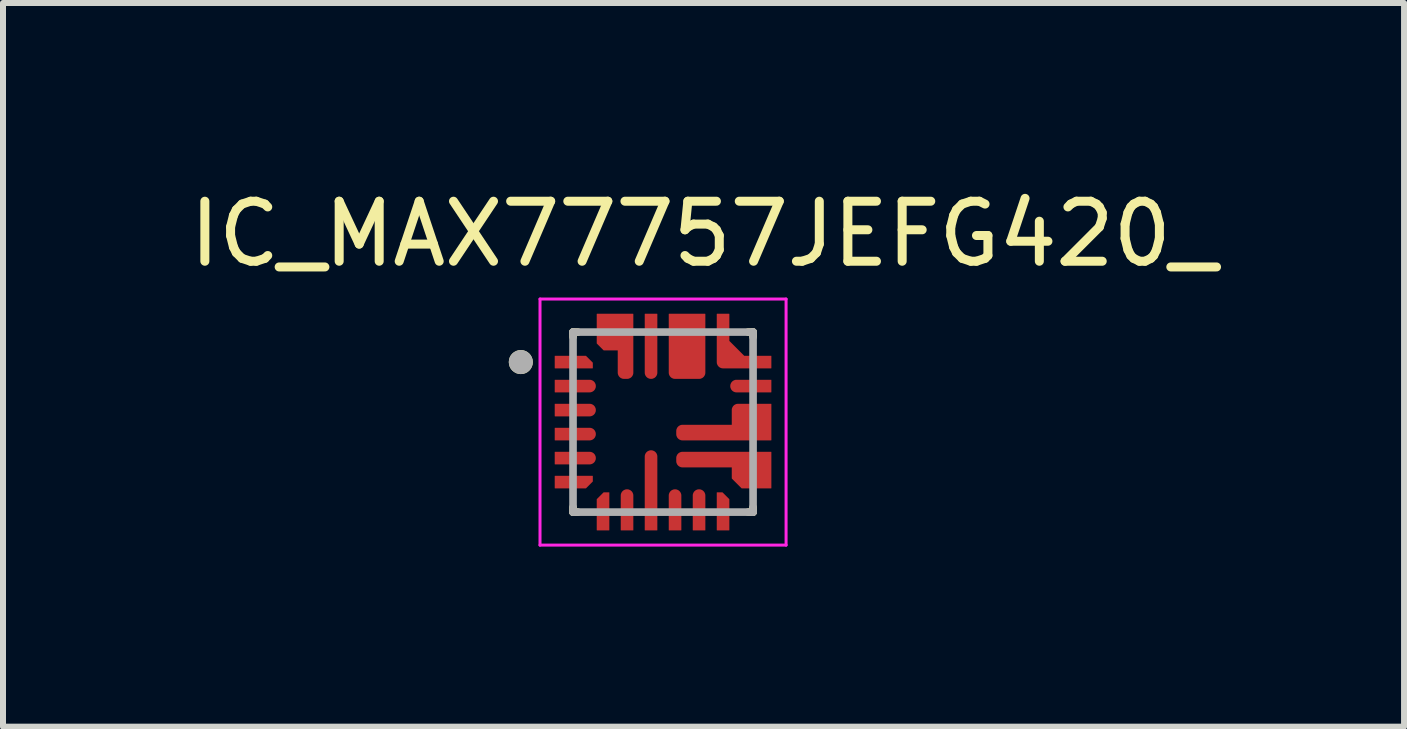
<source format=kicad_pcb>
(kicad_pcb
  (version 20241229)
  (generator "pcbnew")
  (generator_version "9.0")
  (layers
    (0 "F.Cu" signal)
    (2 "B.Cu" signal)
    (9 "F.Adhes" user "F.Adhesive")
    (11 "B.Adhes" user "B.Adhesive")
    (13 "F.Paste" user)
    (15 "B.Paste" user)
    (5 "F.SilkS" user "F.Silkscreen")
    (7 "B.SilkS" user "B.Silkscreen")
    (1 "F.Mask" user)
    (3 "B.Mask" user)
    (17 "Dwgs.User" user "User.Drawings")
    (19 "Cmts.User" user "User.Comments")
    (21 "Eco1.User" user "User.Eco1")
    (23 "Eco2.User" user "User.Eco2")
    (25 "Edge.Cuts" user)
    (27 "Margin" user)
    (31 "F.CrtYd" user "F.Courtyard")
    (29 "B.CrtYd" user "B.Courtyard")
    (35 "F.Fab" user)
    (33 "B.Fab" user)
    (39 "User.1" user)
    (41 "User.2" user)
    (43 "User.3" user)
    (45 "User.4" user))
  (footprint "IC_MAX77757JEFG420_"
    (layer "F.Cu")
    (at 7.998 3.983)
    (property "Reference" "IC_MAX77757JEFG420_" (at 0.675 -3.135 0) (layer "F.SilkS") (effects (font (size 1 1) (thickness 0.15))))
    (attr smd)
    (fp_poly (pts (xy -1.85 -0.85) (xy -1.125 -0.85) (xy -1.125 -1.013) (xy -1.262 -1.15) (xy -1.85 -1.15)) (stroke (width 0.01) (type solid)) (fill yes) (layer "F.Mask"))
    (fp_poly (pts (xy -1.85 0.85) (xy -1.125 0.85) (xy -1.125 1.013) (xy -1.262 1.15) (xy -1.85 1.15)) (stroke (width 0.01) (type solid)) (fill yes) (layer "F.Mask"))
    (fp_poly (pts (xy -0.85 1.85) (xy -0.85 1.125) (xy -1.013 1.125) (xy -1.15 1.262) (xy -1.15 1.85)) (stroke (width 0.01) (type solid)) (fill yes) (layer "F.Mask"))
    (fp_poly (pts (xy 0.85 1.85) (xy 0.85 1.125) (xy 1.013 1.125) (xy 1.15 1.262) (xy 1.15 1.85)) (stroke (width 0.01) (type solid)) (fill yes) (layer "F.Mask"))
    (fp_poly (pts (xy 1.85 -0.85) (xy 1 -0.85) (xy 0.992 -0.85) (xy 0.984 -0.851) (xy 0.977 -0.852) (xy 0.969 -0.853) (xy 0.961 -0.855) (xy 0.954 -0.857) (xy 0.946 -0.86) (xy 0.939 -0.863) (xy 0.932 -0.866) (xy 0.925 -0.87) (xy 0.918 -0.874) (xy 0.912 -0.879) (xy 0.906 -0.883) (xy 0.9 -0.889) (xy 0.894 -0.894) (xy 0.889 -0.9) (xy 0.883 -0.906) (xy 0.879 -0.912) (xy 0.874 -0.918) (xy 0.87 -0.925) (xy 0.866 -0.932) (xy 0.863 -0.939) (xy 0.86 -0.946) (xy 0.857 -0.954) (xy 0.855 -0.961) (xy 0.853 -0.969) (xy 0.852 -0.977) (xy 0.851 -0.984) (xy 0.85 -0.992) (xy 0.85 -1) (xy 0.85 -1.85) (xy 1.15 -1.85) (xy 1.15 -1.375) (xy 1.375 -1.15) (xy 1.85 -1.15) (xy 1.85 -0.85)) (stroke (width 0.01) (type solid)) (fill yes) (layer "F.Mask"))
    (fp_poly (pts (xy -1.85 -0.75) (xy -1.225 -0.75) (xy -1.217 -0.75) (xy -1.209 -0.749) (xy -1.202 -0.748) (xy -1.194 -0.747) (xy -1.186 -0.745) (xy -1.179 -0.743) (xy -1.171 -0.74) (xy -1.164 -0.737) (xy -1.157 -0.734) (xy -1.15 -0.73) (xy -1.143 -0.726) (xy -1.137 -0.721) (xy -1.131 -0.717) (xy -1.125 -0.711) (xy -1.119 -0.706) (xy -1.114 -0.7) (xy -1.108 -0.694) (xy -1.104 -0.688) (xy -1.099 -0.682) (xy -1.095 -0.675) (xy -1.091 -0.668) (xy -1.088 -0.661) (xy -1.085 -0.654) (xy -1.082 -0.646) (xy -1.08 -0.639) (xy -1.078 -0.631) (xy -1.077 -0.623) (xy -1.076 -0.616) (xy -1.075 -0.608) (xy -1.075 -0.6) (xy -1.075 -0.592) (xy -1.076 -0.584) (xy -1.077 -0.577) (xy -1.078 -0.569) (xy -1.08 -0.561) (xy -1.082 -0.554) (xy -1.085 -0.546) (xy -1.088 -0.539) (xy -1.091 -0.532) (xy -1.095 -0.525) (xy -1.099 -0.518) (xy -1.104 -0.512) (xy -1.108 -0.506) (xy -1.114 -0.5) (xy -1.119 -0.494) (xy -1.125 -0.489) (xy -1.131 -0.483) (xy -1.137 -0.479) (xy -1.143 -0.474) (xy -1.15 -0.47) (xy -1.157 -0.466) (xy -1.164 -0.463) (xy -1.171 -0.46) (xy -1.179 -0.457) (xy -1.186 -0.455) (xy -1.194 -0.453) (xy -1.202 -0.452) (xy -1.209 -0.451) (xy -1.217 -0.45) (xy -1.225 -0.45) (xy -1.85 -0.45) (xy -1.85 -0.75)) (stroke (width 0.01) (type solid)) (fill yes) (layer "F.Mask"))
    (fp_poly (pts (xy -1.85 -0.35) (xy -1.225 -0.35) (xy -1.217 -0.35) (xy -1.209 -0.349) (xy -1.202 -0.348) (xy -1.194 -0.347) (xy -1.186 -0.345) (xy -1.179 -0.343) (xy -1.171 -0.34) (xy -1.164 -0.337) (xy -1.157 -0.334) (xy -1.15 -0.33) (xy -1.143 -0.326) (xy -1.137 -0.321) (xy -1.131 -0.317) (xy -1.125 -0.311) (xy -1.119 -0.306) (xy -1.114 -0.3) (xy -1.108 -0.294) (xy -1.104 -0.288) (xy -1.099 -0.282) (xy -1.095 -0.275) (xy -1.091 -0.268) (xy -1.088 -0.261) (xy -1.085 -0.254) (xy -1.082 -0.246) (xy -1.08 -0.239) (xy -1.078 -0.231) (xy -1.077 -0.223) (xy -1.076 -0.216) (xy -1.075 -0.208) (xy -1.075 -0.2) (xy -1.075 -0.192) (xy -1.076 -0.184) (xy -1.077 -0.177) (xy -1.078 -0.169) (xy -1.08 -0.161) (xy -1.082 -0.154) (xy -1.085 -0.146) (xy -1.088 -0.139) (xy -1.091 -0.132) (xy -1.095 -0.125) (xy -1.099 -0.118) (xy -1.104 -0.112) (xy -1.108 -0.106) (xy -1.114 -0.1) (xy -1.119 -0.094) (xy -1.125 -0.089) (xy -1.131 -0.083) (xy -1.137 -0.079) (xy -1.143 -0.074) (xy -1.15 -0.07) (xy -1.157 -0.066) (xy -1.164 -0.063) (xy -1.171 -0.06) (xy -1.179 -0.057) (xy -1.186 -0.055) (xy -1.194 -0.053) (xy -1.202 -0.052) (xy -1.209 -0.051) (xy -1.217 -0.05) (xy -1.225 -0.05) (xy -1.85 -0.05) (xy -1.85 -0.35)) (stroke (width 0.01) (type solid)) (fill yes) (layer "F.Mask"))
    (fp_poly (pts (xy -1.85 0.05) (xy -1.225 0.05) (xy -1.217 0.05) (xy -1.209 0.051) (xy -1.202 0.052) (xy -1.194 0.053) (xy -1.186 0.055) (xy -1.179 0.057) (xy -1.171 0.06) (xy -1.164 0.063) (xy -1.157 0.066) (xy -1.15 0.07) (xy -1.143 0.074) (xy -1.137 0.079) (xy -1.131 0.083) (xy -1.125 0.089) (xy -1.119 0.094) (xy -1.114 0.1) (xy -1.108 0.106) (xy -1.104 0.112) (xy -1.099 0.118) (xy -1.095 0.125) (xy -1.091 0.132) (xy -1.088 0.139) (xy -1.085 0.146) (xy -1.082 0.154) (xy -1.08 0.161) (xy -1.078 0.169) (xy -1.077 0.177) (xy -1.076 0.184) (xy -1.075 0.192) (xy -1.075 0.2) (xy -1.075 0.208) (xy -1.076 0.216) (xy -1.077 0.223) (xy -1.078 0.231) (xy -1.08 0.239) (xy -1.082 0.246) (xy -1.085 0.254) (xy -1.088 0.261) (xy -1.091 0.268) (xy -1.095 0.275) (xy -1.099 0.282) (xy -1.104 0.288) (xy -1.108 0.294) (xy -1.114 0.3) (xy -1.119 0.306) (xy -1.125 0.311) (xy -1.131 0.317) (xy -1.137 0.321) (xy -1.143 0.326) (xy -1.15 0.33) (xy -1.157 0.334) (xy -1.164 0.337) (xy -1.171 0.34) (xy -1.179 0.343) (xy -1.186 0.345) (xy -1.194 0.347) (xy -1.202 0.348) (xy -1.209 0.349) (xy -1.217 0.35) (xy -1.225 0.35) (xy -1.85 0.35) (xy -1.85 0.05)) (stroke (width 0.01) (type solid)) (fill yes) (layer "F.Mask"))
    (fp_poly (pts (xy -1.85 0.45) (xy -1.225 0.45) (xy -1.217 0.45) (xy -1.209 0.451) (xy -1.202 0.452) (xy -1.194 0.453) (xy -1.186 0.455) (xy -1.179 0.457) (xy -1.171 0.46) (xy -1.164 0.463) (xy -1.157 0.466) (xy -1.15 0.47) (xy -1.143 0.474) (xy -1.137 0.479) (xy -1.131 0.483) (xy -1.125 0.489) (xy -1.119 0.494) (xy -1.114 0.5) (xy -1.108 0.506) (xy -1.104 0.512) (xy -1.099 0.518) (xy -1.095 0.525) (xy -1.091 0.532) (xy -1.088 0.539) (xy -1.085 0.546) (xy -1.082 0.554) (xy -1.08 0.561) (xy -1.078 0.569) (xy -1.077 0.577) (xy -1.076 0.584) (xy -1.075 0.592) (xy -1.075 0.6) (xy -1.075 0.608) (xy -1.076 0.616) (xy -1.077 0.623) (xy -1.078 0.631) (xy -1.08 0.639) (xy -1.082 0.646) (xy -1.085 0.654) (xy -1.088 0.661) (xy -1.091 0.668) (xy -1.095 0.675) (xy -1.099 0.682) (xy -1.104 0.688) (xy -1.108 0.694) (xy -1.114 0.7) (xy -1.119 0.706) (xy -1.125 0.711) (xy -1.131 0.717) (xy -1.137 0.721) (xy -1.143 0.726) (xy -1.15 0.73) (xy -1.157 0.734) (xy -1.164 0.737) (xy -1.171 0.74) (xy -1.179 0.743) (xy -1.186 0.745) (xy -1.194 0.747) (xy -1.202 0.748) (xy -1.209 0.749) (xy -1.217 0.75) (xy -1.225 0.75) (xy -1.85 0.75) (xy -1.85 0.45)) (stroke (width 0.01) (type solid)) (fill yes) (layer "F.Mask"))
    (fp_poly (pts (xy -0.75 1.85) (xy -0.75 1.225) (xy -0.75 1.217) (xy -0.749 1.209) (xy -0.748 1.202) (xy -0.747 1.194) (xy -0.745 1.186) (xy -0.743 1.179) (xy -0.74 1.171) (xy -0.737 1.164) (xy -0.734 1.157) (xy -0.73 1.15) (xy -0.726 1.143) (xy -0.721 1.137) (xy -0.717 1.131) (xy -0.711 1.125) (xy -0.706 1.119) (xy -0.7 1.114) (xy -0.694 1.108) (xy -0.688 1.104) (xy -0.682 1.099) (xy -0.675 1.095) (xy -0.668 1.091) (xy -0.661 1.088) (xy -0.654 1.085) (xy -0.646 1.082) (xy -0.639 1.08) (xy -0.631 1.078) (xy -0.623 1.077) (xy -0.616 1.076) (xy -0.608 1.075) (xy -0.6 1.075) (xy -0.592 1.075) (xy -0.584 1.076) (xy -0.577 1.077) (xy -0.569 1.078) (xy -0.561 1.08) (xy -0.554 1.082) (xy -0.546 1.085) (xy -0.539 1.088) (xy -0.532 1.091) (xy -0.525 1.095) (xy -0.518 1.099) (xy -0.512 1.104) (xy -0.506 1.108) (xy -0.5 1.114) (xy -0.494 1.119) (xy -0.489 1.125) (xy -0.483 1.131) (xy -0.479 1.137) (xy -0.474 1.143) (xy -0.47 1.15) (xy -0.466 1.157) (xy -0.463 1.164) (xy -0.46 1.171) (xy -0.457 1.179) (xy -0.455 1.186) (xy -0.453 1.194) (xy -0.452 1.202) (xy -0.451 1.209) (xy -0.45 1.217) (xy -0.45 1.225) (xy -0.45 1.85) (xy -0.75 1.85)) (stroke (width 0.01) (type solid)) (fill yes) (layer "F.Mask"))
    (fp_poly (pts (xy -0.35 1.85) (xy -0.35 0.575) (xy -0.35 0.567) (xy -0.349 0.559) (xy -0.348 0.552) (xy -0.347 0.544) (xy -0.345 0.536) (xy -0.343 0.529) (xy -0.34 0.521) (xy -0.337 0.514) (xy -0.334 0.507) (xy -0.33 0.5) (xy -0.326 0.493) (xy -0.321 0.487) (xy -0.317 0.481) (xy -0.311 0.475) (xy -0.306 0.469) (xy -0.3 0.464) (xy -0.294 0.458) (xy -0.288 0.454) (xy -0.282 0.449) (xy -0.275 0.445) (xy -0.268 0.441) (xy -0.261 0.438) (xy -0.254 0.435) (xy -0.246 0.432) (xy -0.239 0.43) (xy -0.231 0.428) (xy -0.223 0.427) (xy -0.216 0.426) (xy -0.208 0.425) (xy -0.2 0.425) (xy -0.192 0.425) (xy -0.184 0.426) (xy -0.177 0.427) (xy -0.169 0.428) (xy -0.161 0.43) (xy -0.154 0.432) (xy -0.146 0.435) (xy -0.139 0.438) (xy -0.132 0.441) (xy -0.125 0.445) (xy -0.118 0.449) (xy -0.112 0.454) (xy -0.106 0.458) (xy -0.1 0.464) (xy -0.094 0.469) (xy -0.089 0.475) (xy -0.083 0.481) (xy -0.079 0.487) (xy -0.074 0.493) (xy -0.07 0.5) (xy -0.066 0.507) (xy -0.063 0.514) (xy -0.06 0.521) (xy -0.057 0.529) (xy -0.055 0.536) (xy -0.053 0.544) (xy -0.052 0.552) (xy -0.051 0.559) (xy -0.05 0.567) (xy -0.05 0.575) (xy -0.05 1.85) (xy -0.35 1.85)) (stroke (width 0.01) (type solid)) (fill yes) (layer "F.Mask"))
    (fp_poly (pts (xy -0.05 -1.85) (xy -0.05 -0.825) (xy -0.05 -0.817) (xy -0.051 -0.809) (xy -0.052 -0.802) (xy -0.053 -0.794) (xy -0.055 -0.786) (xy -0.057 -0.779) (xy -0.06 -0.771) (xy -0.063 -0.764) (xy -0.066 -0.757) (xy -0.07 -0.75) (xy -0.074 -0.743) (xy -0.079 -0.737) (xy -0.083 -0.731) (xy -0.089 -0.725) (xy -0.094 -0.719) (xy -0.1 -0.714) (xy -0.106 -0.708) (xy -0.112 -0.704) (xy -0.118 -0.699) (xy -0.125 -0.695) (xy -0.132 -0.691) (xy -0.139 -0.688) (xy -0.146 -0.685) (xy -0.154 -0.682) (xy -0.161 -0.68) (xy -0.169 -0.678) (xy -0.177 -0.677) (xy -0.184 -0.676) (xy -0.192 -0.675) (xy -0.2 -0.675) (xy -0.208 -0.675) (xy -0.216 -0.676) (xy -0.223 -0.677) (xy -0.231 -0.678) (xy -0.239 -0.68) (xy -0.246 -0.682) (xy -0.254 -0.685) (xy -0.261 -0.688) (xy -0.268 -0.691) (xy -0.275 -0.695) (xy -0.282 -0.699) (xy -0.288 -0.704) (xy -0.294 -0.708) (xy -0.3 -0.714) (xy -0.306 -0.719) (xy -0.311 -0.725) (xy -0.317 -0.731) (xy -0.321 -0.737) (xy -0.326 -0.743) (xy -0.33 -0.75) (xy -0.334 -0.757) (xy -0.337 -0.764) (xy -0.34 -0.771) (xy -0.343 -0.779) (xy -0.345 -0.786) (xy -0.347 -0.794) (xy -0.348 -0.802) (xy -0.349 -0.809) (xy -0.35 -0.817) (xy -0.35 -0.825) (xy -0.35 -1.85) (xy -0.05 -1.85)) (stroke (width 0.01) (type solid)) (fill yes) (layer "F.Mask"))
    (fp_poly (pts (xy 0.05 1.85) (xy 0.05 1.225) (xy 0.05 1.217) (xy 0.051 1.209) (xy 0.052 1.202) (xy 0.053 1.194) (xy 0.055 1.186) (xy 0.057 1.179) (xy 0.06 1.171) (xy 0.063 1.164) (xy 0.066 1.157) (xy 0.07 1.15) (xy 0.074 1.143) (xy 0.079 1.137) (xy 0.083 1.131) (xy 0.089 1.125) (xy 0.094 1.119) (xy 0.1 1.114) (xy 0.106 1.108) (xy 0.112 1.104) (xy 0.118 1.099) (xy 0.125 1.095) (xy 0.132 1.091) (xy 0.139 1.088) (xy 0.146 1.085) (xy 0.154 1.082) (xy 0.161 1.08) (xy 0.169 1.078) (xy 0.177 1.077) (xy 0.184 1.076) (xy 0.192 1.075) (xy 0.2 1.075) (xy 0.208 1.075) (xy 0.216 1.076) (xy 0.223 1.077) (xy 0.231 1.078) (xy 0.239 1.08) (xy 0.246 1.082) (xy 0.254 1.085) (xy 0.261 1.088) (xy 0.268 1.091) (xy 0.275 1.095) (xy 0.282 1.099) (xy 0.288 1.104) (xy 0.294 1.108) (xy 0.3 1.114) (xy 0.306 1.119) (xy 0.311 1.125) (xy 0.317 1.131) (xy 0.321 1.137) (xy 0.326 1.143) (xy 0.33 1.15) (xy 0.334 1.157) (xy 0.337 1.164) (xy 0.34 1.171) (xy 0.343 1.179) (xy 0.345 1.186) (xy 0.347 1.194) (xy 0.348 1.202) (xy 0.349 1.209) (xy 0.35 1.217) (xy 0.35 1.225) (xy 0.35 1.85) (xy 0.05 1.85)) (stroke (width 0.01) (type solid)) (fill yes) (layer "F.Mask"))
    (fp_poly (pts (xy 0.45 1.85) (xy 0.45 1.225) (xy 0.45 1.217) (xy 0.451 1.209) (xy 0.452 1.202) (xy 0.453 1.194) (xy 0.455 1.186) (xy 0.457 1.179) (xy 0.46 1.171) (xy 0.463 1.164) (xy 0.466 1.157) (xy 0.47 1.15) (xy 0.474 1.143) (xy 0.479 1.137) (xy 0.483 1.131) (xy 0.489 1.125) (xy 0.494 1.119) (xy 0.5 1.114) (xy 0.506 1.108) (xy 0.512 1.104) (xy 0.518 1.099) (xy 0.525 1.095) (xy 0.532 1.091) (xy 0.539 1.088) (xy 0.546 1.085) (xy 0.554 1.082) (xy 0.561 1.08) (xy 0.569 1.078) (xy 0.577 1.077) (xy 0.584 1.076) (xy 0.592 1.075) (xy 0.6 1.075) (xy 0.608 1.075) (xy 0.616 1.076) (xy 0.623 1.077) (xy 0.631 1.078) (xy 0.639 1.08) (xy 0.646 1.082) (xy 0.654 1.085) (xy 0.661 1.088) (xy 0.668 1.091) (xy 0.675 1.095) (xy 0.682 1.099) (xy 0.688 1.104) (xy 0.694 1.108) (xy 0.7 1.114) (xy 0.706 1.119) (xy 0.711 1.125) (xy 0.717 1.131) (xy 0.721 1.137) (xy 0.726 1.143) (xy 0.73 1.15) (xy 0.734 1.157) (xy 0.737 1.164) (xy 0.74 1.171) (xy 0.743 1.179) (xy 0.745 1.186) (xy 0.747 1.194) (xy 0.748 1.202) (xy 0.749 1.209) (xy 0.75 1.217) (xy 0.75 1.225) (xy 0.75 1.85) (xy 0.45 1.85)) (stroke (width 0.01) (type solid)) (fill yes) (layer "F.Mask"))
    (fp_poly (pts (xy 1.85 -0.45) (xy 1.225 -0.45) (xy 1.217 -0.45) (xy 1.209 -0.451) (xy 1.202 -0.452) (xy 1.194 -0.453) (xy 1.186 -0.455) (xy 1.179 -0.457) (xy 1.171 -0.46) (xy 1.164 -0.463) (xy 1.157 -0.466) (xy 1.15 -0.47) (xy 1.143 -0.474) (xy 1.137 -0.479) (xy 1.131 -0.483) (xy 1.125 -0.489) (xy 1.119 -0.494) (xy 1.114 -0.5) (xy 1.108 -0.506) (xy 1.104 -0.512) (xy 1.099 -0.518) (xy 1.095 -0.525) (xy 1.091 -0.532) (xy 1.088 -0.539) (xy 1.085 -0.546) (xy 1.082 -0.554) (xy 1.08 -0.561) (xy 1.078 -0.569) (xy 1.077 -0.577) (xy 1.076 -0.584) (xy 1.075 -0.592) (xy 1.075 -0.6) (xy 1.075 -0.608) (xy 1.076 -0.616) (xy 1.077 -0.623) (xy 1.078 -0.631) (xy 1.08 -0.639) (xy 1.082 -0.646) (xy 1.085 -0.654) (xy 1.088 -0.661) (xy 1.091 -0.668) (xy 1.095 -0.675) (xy 1.099 -0.682) (xy 1.104 -0.688) (xy 1.108 -0.694) (xy 1.114 -0.7) (xy 1.119 -0.706) (xy 1.125 -0.711) (xy 1.131 -0.717) (xy 1.137 -0.721) (xy 1.143 -0.726) (xy 1.15 -0.73) (xy 1.157 -0.734) (xy 1.164 -0.737) (xy 1.171 -0.74) (xy 1.179 -0.743) (xy 1.186 -0.745) (xy 1.194 -0.747) (xy 1.202 -0.748) (xy 1.209 -0.749) (xy 1.217 -0.75) (xy 1.225 -0.75) (xy 1.85 -0.75) (xy 1.85 -0.45)) (stroke (width 0.01) (type solid)) (fill yes) (layer "F.Mask"))
    (fp_poly (pts (xy 0.75 -1.85) (xy 0.75 -0.825) (xy 0.75 -0.817) (xy 0.749 -0.809) (xy 0.748 -0.802) (xy 0.747 -0.794) (xy 0.745 -0.786) (xy 0.743 -0.779) (xy 0.74 -0.771) (xy 0.737 -0.764) (xy 0.734 -0.757) (xy 0.73 -0.75) (xy 0.726 -0.743) (xy 0.721 -0.737) (xy 0.717 -0.731) (xy 0.711 -0.725) (xy 0.706 -0.719) (xy 0.7 -0.714) (xy 0.694 -0.708) (xy 0.688 -0.704) (xy 0.682 -0.699) (xy 0.675 -0.695) (xy 0.668 -0.691) (xy 0.661 -0.688) (xy 0.654 -0.685) (xy 0.646 -0.682) (xy 0.639 -0.68) (xy 0.631 -0.678) (xy 0.623 -0.677) (xy 0.616 -0.676) (xy 0.608 -0.675) (xy 0.6 -0.675) (xy 0.2 -0.675) (xy 0.192 -0.675) (xy 0.184 -0.676) (xy 0.177 -0.677) (xy 0.169 -0.678) (xy 0.161 -0.68) (xy 0.154 -0.682) (xy 0.146 -0.685) (xy 0.139 -0.688) (xy 0.132 -0.691) (xy 0.125 -0.695) (xy 0.118 -0.699) (xy 0.112 -0.704) (xy 0.106 -0.708) (xy 0.1 -0.714) (xy 0.094 -0.719) (xy 0.089 -0.725) (xy 0.083 -0.731) (xy 0.079 -0.737) (xy 0.074 -0.743) (xy 0.07 -0.75) (xy 0.066 -0.757) (xy 0.063 -0.764) (xy 0.06 -0.771) (xy 0.057 -0.779) (xy 0.055 -0.786) (xy 0.053 -0.794) (xy 0.052 -0.802) (xy 0.051 -0.809) (xy 0.05 -0.817) (xy 0.05 -0.825) (xy 0.05 -1.85) (xy 0.75 -1.85)) (stroke (width 0.01) (type solid)) (fill yes) (layer "F.Mask"))
    (fp_poly (pts (xy -0.45 -1.85) (xy -0.45 -0.825) (xy -0.45 -0.817) (xy -0.451 -0.809) (xy -0.452 -0.802) (xy -0.453 -0.794) (xy -0.455 -0.786) (xy -0.457 -0.779) (xy -0.46 -0.771) (xy -0.463 -0.764) (xy -0.466 -0.757) (xy -0.47 -0.75) (xy -0.474 -0.743) (xy -0.479 -0.737) (xy -0.483 -0.731) (xy -0.489 -0.725) (xy -0.494 -0.719) (xy -0.5 -0.714) (xy -0.506 -0.708) (xy -0.512 -0.704) (xy -0.518 -0.699) (xy -0.525 -0.695) (xy -0.532 -0.691) (xy -0.539 -0.688) (xy -0.546 -0.685) (xy -0.554 -0.682) (xy -0.561 -0.68) (xy -0.569 -0.678) (xy -0.577 -0.677) (xy -0.584 -0.676) (xy -0.592 -0.675) (xy -0.6 -0.675) (xy -0.65 -0.675) (xy -0.658 -0.675) (xy -0.666 -0.676) (xy -0.673 -0.677) (xy -0.681 -0.678) (xy -0.689 -0.68) (xy -0.696 -0.682) (xy -0.704 -0.685) (xy -0.711 -0.688) (xy -0.718 -0.691) (xy -0.725 -0.695) (xy -0.732 -0.699) (xy -0.738 -0.704) (xy -0.744 -0.708) (xy -0.75 -0.714) (xy -0.756 -0.719) (xy -0.761 -0.725) (xy -0.767 -0.731) (xy -0.771 -0.737) (xy -0.776 -0.743) (xy -0.78 -0.75) (xy -0.784 -0.757) (xy -0.787 -0.764) (xy -0.79 -0.771) (xy -0.793 -0.779) (xy -0.795 -0.786) (xy -0.797 -0.794) (xy -0.798 -0.802) (xy -0.799 -0.809) (xy -0.8 -0.817) (xy -0.8 -0.825) (xy -0.8 -1.15) (xy -1.013 -1.15) (xy -1.15 -1.287) (xy -1.15 -1.85) (xy -0.45 -1.85)) (stroke (width 0.01) (type solid)) (fill yes) (layer "F.Mask"))
    (fp_poly (pts (xy 1.85 1.15) (xy 1.287 1.15) (xy 1.1 0.963) (xy 1.1 0.8) (xy 0.325 0.8) (xy 0.317 0.8) (xy 0.309 0.799) (xy 0.302 0.798) (xy 0.294 0.797) (xy 0.286 0.795) (xy 0.279 0.793) (xy 0.271 0.79) (xy 0.264 0.787) (xy 0.257 0.784) (xy 0.25 0.78) (xy 0.243 0.776) (xy 0.237 0.771) (xy 0.231 0.767) (xy 0.225 0.761) (xy 0.219 0.756) (xy 0.214 0.75) (xy 0.208 0.744) (xy 0.204 0.738) (xy 0.199 0.732) (xy 0.195 0.725) (xy 0.191 0.718) (xy 0.188 0.711) (xy 0.185 0.704) (xy 0.182 0.696) (xy 0.18 0.689) (xy 0.178 0.681) (xy 0.177 0.673) (xy 0.176 0.666) (xy 0.175 0.658) (xy 0.175 0.65) (xy 0.175 0.6) (xy 0.175 0.592) (xy 0.176 0.584) (xy 0.177 0.577) (xy 0.178 0.569) (xy 0.18 0.561) (xy 0.182 0.554) (xy 0.185 0.546) (xy 0.188 0.539) (xy 0.191 0.532) (xy 0.195 0.525) (xy 0.199 0.518) (xy 0.204 0.512) (xy 0.208 0.506) (xy 0.214 0.5) (xy 0.219 0.494) (xy 0.225 0.489) (xy 0.231 0.483) (xy 0.237 0.479) (xy 0.243 0.474) (xy 0.25 0.47) (xy 0.257 0.466) (xy 0.264 0.463) (xy 0.271 0.46) (xy 0.279 0.457) (xy 0.286 0.455) (xy 0.294 0.453) (xy 0.302 0.452) (xy 0.309 0.451) (xy 0.317 0.45) (xy 0.325 0.45) (xy 1.85 0.45) (xy 1.85 1.15)) (stroke (width 0.01) (type solid)) (fill yes) (layer "F.Mask"))
    (fp_poly (pts (xy 1.85 0.35) (xy 0.325 0.35) (xy 0.317 0.35) (xy 0.309 0.349) (xy 0.302 0.348) (xy 0.294 0.347) (xy 0.286 0.345) (xy 0.279 0.343) (xy 0.271 0.34) (xy 0.264 0.337) (xy 0.257 0.334) (xy 0.25 0.33) (xy 0.243 0.326) (xy 0.237 0.321) (xy 0.231 0.317) (xy 0.225 0.311) (xy 0.219 0.306) (xy 0.214 0.3) (xy 0.208 0.294) (xy 0.204 0.288) (xy 0.199 0.282) (xy 0.195 0.275) (xy 0.191 0.268) (xy 0.188 0.261) (xy 0.185 0.254) (xy 0.182 0.246) (xy 0.18 0.239) (xy 0.178 0.231) (xy 0.177 0.223) (xy 0.176 0.216) (xy 0.175 0.208) (xy 0.175 0.2) (xy 0.175 0.15) (xy 0.175 0.142) (xy 0.176 0.134) (xy 0.177 0.127) (xy 0.178 0.119) (xy 0.18 0.111) (xy 0.182 0.104) (xy 0.185 0.096) (xy 0.188 0.089) (xy 0.191 0.082) (xy 0.195 0.075) (xy 0.199 0.068) (xy 0.204 0.062) (xy 0.208 0.056) (xy 0.214 0.05) (xy 0.219 0.044) (xy 0.225 0.039) (xy 0.231 0.033) (xy 0.237 0.029) (xy 0.243 0.024) (xy 0.25 0.02) (xy 0.257 0.016) (xy 0.264 0.013) (xy 0.271 0.01) (xy 0.279 0.007) (xy 0.286 0.005) (xy 0.294 0.003) (xy 0.302 0.002) (xy 0.309 0.001) (xy 0.317 0) (xy 0.325 0) (xy 1.1 0) (xy 1.1 -0.2) (xy 1.1 -0.208) (xy 1.101 -0.216) (xy 1.102 -0.223) (xy 1.103 -0.231) (xy 1.105 -0.239) (xy 1.107 -0.246) (xy 1.11 -0.254) (xy 1.113 -0.261) (xy 1.116 -0.268) (xy 1.12 -0.275) (xy 1.124 -0.282) (xy 1.129 -0.288) (xy 1.133 -0.294) (xy 1.139 -0.3) (xy 1.144 -0.306) (xy 1.15 -0.311) (xy 1.156 -0.317) (xy 1.162 -0.321) (xy 1.168 -0.326) (xy 1.175 -0.33) (xy 1.182 -0.334) (xy 1.189 -0.337) (xy 1.196 -0.34) (xy 1.204 -0.343) (xy 1.211 -0.345) (xy 1.219 -0.347) (xy 1.227 -0.348) (xy 1.234 -0.349) (xy 1.242 -0.35) (xy 1.25 -0.35) (xy 1.85 -0.35) (xy 1.85 0.35)) (stroke (width 0.01) (type solid)) (fill yes) (layer "F.Mask"))
    (fp_line (start -1.5 -1.5) (end -1.5 -1.42) (stroke (width 0.127) (type solid)) (layer "F.SilkS"))
    (fp_line (start -1.5 -1.5) (end -1.42 -1.5) (stroke (width 0.127) (type solid)) (layer "F.SilkS"))
    (fp_line (start -1.5 1.5) (end -1.5 1.42) (stroke (width 0.127) (type solid)) (layer "F.SilkS"))
    (fp_line (start -1.5 1.5) (end -1.42 1.5) (stroke (width 0.127) (type solid)) (layer "F.SilkS"))
    (fp_line (start 1.5 -1.5) (end 1.42 -1.5) (stroke (width 0.127) (type solid)) (layer "F.SilkS"))
    (fp_line (start 1.5 -1.5) (end 1.5 -1.42) (stroke (width 0.127) (type solid)) (layer "F.SilkS"))
    (fp_line (start 1.5 1.5) (end 1.42 1.5) (stroke (width 0.127) (type solid)) (layer "F.SilkS"))
    (fp_line (start 1.5 1.5) (end 1.5 1.42) (stroke (width 0.127) (type solid)) (layer "F.SilkS"))
    (fp_circle (center -2.37 -1) (end -2.27 -1) (stroke (width 0.2) (type solid)) (fill no) (layer "F.SilkS"))
    (fp_poly (pts (xy -1.8 -0.9) (xy -1.175 -0.9) (xy -1.175 -0.988) (xy -1.287 -1.1) (xy -1.8 -1.1)) (stroke (width 0.01) (type solid)) (fill yes) (layer "F.Paste"))
    (fp_poly (pts (xy -1.8 0.9) (xy -1.175 0.9) (xy -1.175 0.988) (xy -1.287 1.1) (xy -1.8 1.1)) (stroke (width 0.01) (type solid)) (fill yes) (layer "F.Paste"))
    (fp_poly (pts (xy -0.9 1.8) (xy -0.9 1.175) (xy -0.988 1.175) (xy -1.1 1.287) (xy -1.1 1.8)) (stroke (width 0.01) (type solid)) (fill yes) (layer "F.Paste"))
    (fp_poly (pts (xy 0.9 1.8) (xy 0.9 1.175) (xy 0.988 1.175) (xy 1.1 1.287) (xy 1.1 1.8)) (stroke (width 0.01) (type solid)) (fill yes) (layer "F.Paste"))
    (fp_poly (pts (xy 1.8 -0.9) (xy 1 -0.9) (xy 0.995 -0.9) (xy 0.99 -0.901) (xy 0.984 -0.901) (xy 0.979 -0.902) (xy 0.974 -0.903) (xy 0.969 -0.905) (xy 0.964 -0.907) (xy 0.959 -0.909) (xy 0.955 -0.911) (xy 0.95 -0.913) (xy 0.946 -0.916) (xy 0.941 -0.919) (xy 0.937 -0.922) (xy 0.933 -0.926) (xy 0.929 -0.929) (xy 0.926 -0.933) (xy 0.922 -0.937) (xy 0.919 -0.941) (xy 0.916 -0.946) (xy 0.913 -0.95) (xy 0.911 -0.955) (xy 0.909 -0.959) (xy 0.907 -0.964) (xy 0.905 -0.969) (xy 0.903 -0.974) (xy 0.902 -0.979) (xy 0.901 -0.984) (xy 0.901 -0.99) (xy 0.9 -0.995) (xy 0.9 -1) (xy 0.9 -1.8) (xy 1.1 -1.8) (xy 1.1 -1.35) (xy 1.35 -1.1) (xy 1.8 -1.1) (xy 1.8 -0.9)) (stroke (width 0.01) (type solid)) (fill yes) (layer "F.Paste"))
    (fp_poly (pts (xy -1.8 -0.7) (xy -1.225 -0.7) (xy -1.22 -0.7) (xy -1.215 -0.699) (xy -1.209 -0.699) (xy -1.204 -0.698) (xy -1.199 -0.697) (xy -1.194 -0.695) (xy -1.189 -0.693) (xy -1.184 -0.691) (xy -1.18 -0.689) (xy -1.175 -0.687) (xy -1.171 -0.684) (xy -1.166 -0.681) (xy -1.162 -0.678) (xy -1.158 -0.674) (xy -1.154 -0.671) (xy -1.151 -0.667) (xy -1.147 -0.663) (xy -1.144 -0.659) (xy -1.141 -0.654) (xy -1.138 -0.65) (xy -1.136 -0.645) (xy -1.134 -0.641) (xy -1.132 -0.636) (xy -1.13 -0.631) (xy -1.128 -0.626) (xy -1.127 -0.621) (xy -1.126 -0.616) (xy -1.126 -0.61) (xy -1.125 -0.605) (xy -1.125 -0.6) (xy -1.125 -0.595) (xy -1.126 -0.59) (xy -1.126 -0.584) (xy -1.127 -0.579) (xy -1.128 -0.574) (xy -1.13 -0.569) (xy -1.132 -0.564) (xy -1.134 -0.559) (xy -1.136 -0.555) (xy -1.138 -0.55) (xy -1.141 -0.546) (xy -1.144 -0.541) (xy -1.147 -0.537) (xy -1.151 -0.533) (xy -1.154 -0.529) (xy -1.158 -0.526) (xy -1.162 -0.522) (xy -1.166 -0.519) (xy -1.171 -0.516) (xy -1.175 -0.513) (xy -1.18 -0.511) (xy -1.184 -0.509) (xy -1.189 -0.507) (xy -1.194 -0.505) (xy -1.199 -0.503) (xy -1.204 -0.502) (xy -1.209 -0.501) (xy -1.215 -0.501) (xy -1.22 -0.5) (xy -1.225 -0.5) (xy -1.8 -0.5) (xy -1.8 -0.7)) (stroke (width 0.01) (type solid)) (fill yes) (layer "F.Paste"))
    (fp_poly (pts (xy -1.8 -0.3) (xy -1.225 -0.3) (xy -1.22 -0.3) (xy -1.215 -0.299) (xy -1.209 -0.299) (xy -1.204 -0.298) (xy -1.199 -0.297) (xy -1.194 -0.295) (xy -1.189 -0.293) (xy -1.184 -0.291) (xy -1.18 -0.289) (xy -1.175 -0.287) (xy -1.171 -0.284) (xy -1.166 -0.281) (xy -1.162 -0.278) (xy -1.158 -0.274) (xy -1.154 -0.271) (xy -1.151 -0.267) (xy -1.147 -0.263) (xy -1.144 -0.259) (xy -1.141 -0.254) (xy -1.138 -0.25) (xy -1.136 -0.245) (xy -1.134 -0.241) (xy -1.132 -0.236) (xy -1.13 -0.231) (xy -1.128 -0.226) (xy -1.127 -0.221) (xy -1.126 -0.216) (xy -1.126 -0.21) (xy -1.125 -0.205) (xy -1.125 -0.2) (xy -1.125 -0.195) (xy -1.126 -0.19) (xy -1.126 -0.184) (xy -1.127 -0.179) (xy -1.128 -0.174) (xy -1.13 -0.169) (xy -1.132 -0.164) (xy -1.134 -0.159) (xy -1.136 -0.155) (xy -1.138 -0.15) (xy -1.141 -0.146) (xy -1.144 -0.141) (xy -1.147 -0.137) (xy -1.151 -0.133) (xy -1.154 -0.129) (xy -1.158 -0.126) (xy -1.162 -0.122) (xy -1.166 -0.119) (xy -1.171 -0.116) (xy -1.175 -0.113) (xy -1.18 -0.111) (xy -1.184 -0.109) (xy -1.189 -0.107) (xy -1.194 -0.105) (xy -1.199 -0.103) (xy -1.204 -0.102) (xy -1.209 -0.101) (xy -1.215 -0.101) (xy -1.22 -0.1) (xy -1.225 -0.1) (xy -1.8 -0.1) (xy -1.8 -0.3)) (stroke (width 0.01) (type solid)) (fill yes) (layer "F.Paste"))
    (fp_poly (pts (xy -1.8 0.1) (xy -1.225 0.1) (xy -1.22 0.1) (xy -1.215 0.101) (xy -1.209 0.101) (xy -1.204 0.102) (xy -1.199 0.103) (xy -1.194 0.105) (xy -1.189 0.107) (xy -1.184 0.109) (xy -1.18 0.111) (xy -1.175 0.113) (xy -1.171 0.116) (xy -1.166 0.119) (xy -1.162 0.122) (xy -1.158 0.126) (xy -1.154 0.129) (xy -1.151 0.133) (xy -1.147 0.137) (xy -1.144 0.141) (xy -1.141 0.146) (xy -1.138 0.15) (xy -1.136 0.155) (xy -1.134 0.159) (xy -1.132 0.164) (xy -1.13 0.169) (xy -1.128 0.174) (xy -1.127 0.179) (xy -1.126 0.184) (xy -1.126 0.19) (xy -1.125 0.195) (xy -1.125 0.2) (xy -1.125 0.205) (xy -1.126 0.21) (xy -1.126 0.216) (xy -1.127 0.221) (xy -1.128 0.226) (xy -1.13 0.231) (xy -1.132 0.236) (xy -1.134 0.241) (xy -1.136 0.245) (xy -1.138 0.25) (xy -1.141 0.254) (xy -1.144 0.259) (xy -1.147 0.263) (xy -1.151 0.267) (xy -1.154 0.271) (xy -1.158 0.274) (xy -1.162 0.278) (xy -1.166 0.281) (xy -1.171 0.284) (xy -1.175 0.287) (xy -1.18 0.289) (xy -1.184 0.291) (xy -1.189 0.293) (xy -1.194 0.295) (xy -1.199 0.297) (xy -1.204 0.298) (xy -1.209 0.299) (xy -1.215 0.299) (xy -1.22 0.3) (xy -1.225 0.3) (xy -1.8 0.3) (xy -1.8 0.1)) (stroke (width 0.01) (type solid)) (fill yes) (layer "F.Paste"))
    (fp_poly (pts (xy -1.8 0.5) (xy -1.225 0.5) (xy -1.22 0.5) (xy -1.215 0.501) (xy -1.209 0.501) (xy -1.204 0.502) (xy -1.199 0.503) (xy -1.194 0.505) (xy -1.189 0.507) (xy -1.184 0.509) (xy -1.18 0.511) (xy -1.175 0.513) (xy -1.171 0.516) (xy -1.166 0.519) (xy -1.162 0.522) (xy -1.158 0.526) (xy -1.154 0.529) (xy -1.151 0.533) (xy -1.147 0.537) (xy -1.144 0.541) (xy -1.141 0.546) (xy -1.138 0.55) (xy -1.136 0.555) (xy -1.134 0.559) (xy -1.132 0.564) (xy -1.13 0.569) (xy -1.128 0.574) (xy -1.127 0.579) (xy -1.126 0.584) (xy -1.126 0.59) (xy -1.125 0.595) (xy -1.125 0.6) (xy -1.125 0.605) (xy -1.126 0.61) (xy -1.126 0.616) (xy -1.127 0.621) (xy -1.128 0.626) (xy -1.13 0.631) (xy -1.132 0.636) (xy -1.134 0.641) (xy -1.136 0.645) (xy -1.138 0.65) (xy -1.141 0.654) (xy -1.144 0.659) (xy -1.147 0.663) (xy -1.151 0.667) (xy -1.154 0.671) (xy -1.158 0.674) (xy -1.162 0.678) (xy -1.166 0.681) (xy -1.171 0.684) (xy -1.175 0.687) (xy -1.18 0.689) (xy -1.184 0.691) (xy -1.189 0.693) (xy -1.194 0.695) (xy -1.199 0.697) (xy -1.204 0.698) (xy -1.209 0.699) (xy -1.215 0.699) (xy -1.22 0.7) (xy -1.225 0.7) (xy -1.8 0.7) (xy -1.8 0.5)) (stroke (width 0.01) (type solid)) (fill yes) (layer "F.Paste"))
    (fp_poly (pts (xy -0.7 1.8) (xy -0.7 1.225) (xy -0.7 1.22) (xy -0.699 1.215) (xy -0.699 1.209) (xy -0.698 1.204) (xy -0.697 1.199) (xy -0.695 1.194) (xy -0.693 1.189) (xy -0.691 1.184) (xy -0.689 1.18) (xy -0.687 1.175) (xy -0.684 1.171) (xy -0.681 1.166) (xy -0.678 1.162) (xy -0.674 1.158) (xy -0.671 1.154) (xy -0.667 1.151) (xy -0.663 1.147) (xy -0.659 1.144) (xy -0.654 1.141) (xy -0.65 1.138) (xy -0.645 1.136) (xy -0.641 1.134) (xy -0.636 1.132) (xy -0.631 1.13) (xy -0.626 1.128) (xy -0.621 1.127) (xy -0.616 1.126) (xy -0.61 1.126) (xy -0.605 1.125) (xy -0.6 1.125) (xy -0.595 1.125) (xy -0.59 1.126) (xy -0.584 1.126) (xy -0.579 1.127) (xy -0.574 1.128) (xy -0.569 1.13) (xy -0.564 1.132) (xy -0.559 1.134) (xy -0.555 1.136) (xy -0.55 1.138) (xy -0.546 1.141) (xy -0.541 1.144) (xy -0.537 1.147) (xy -0.533 1.151) (xy -0.529 1.154) (xy -0.526 1.158) (xy -0.522 1.162) (xy -0.519 1.166) (xy -0.516 1.171) (xy -0.513 1.175) (xy -0.511 1.18) (xy -0.509 1.184) (xy -0.507 1.189) (xy -0.505 1.194) (xy -0.503 1.199) (xy -0.502 1.204) (xy -0.501 1.209) (xy -0.501 1.215) (xy -0.5 1.22) (xy -0.5 1.225) (xy -0.5 1.8) (xy -0.7 1.8)) (stroke (width 0.01) (type solid)) (fill yes) (layer "F.Paste"))
    (fp_poly (pts (xy -0.3 1.8) (xy -0.3 0.575) (xy -0.3 0.57) (xy -0.299 0.565) (xy -0.299 0.559) (xy -0.298 0.554) (xy -0.297 0.549) (xy -0.295 0.544) (xy -0.293 0.539) (xy -0.291 0.534) (xy -0.289 0.53) (xy -0.287 0.525) (xy -0.284 0.521) (xy -0.281 0.516) (xy -0.278 0.512) (xy -0.274 0.508) (xy -0.271 0.504) (xy -0.267 0.501) (xy -0.263 0.497) (xy -0.259 0.494) (xy -0.254 0.491) (xy -0.25 0.488) (xy -0.245 0.486) (xy -0.241 0.484) (xy -0.236 0.482) (xy -0.231 0.48) (xy -0.226 0.478) (xy -0.221 0.477) (xy -0.216 0.476) (xy -0.21 0.476) (xy -0.205 0.475) (xy -0.2 0.475) (xy -0.195 0.475) (xy -0.19 0.476) (xy -0.184 0.476) (xy -0.179 0.477) (xy -0.174 0.478) (xy -0.169 0.48) (xy -0.164 0.482) (xy -0.159 0.484) (xy -0.155 0.486) (xy -0.15 0.488) (xy -0.146 0.491) (xy -0.141 0.494) (xy -0.137 0.497) (xy -0.133 0.501) (xy -0.129 0.504) (xy -0.126 0.508) (xy -0.122 0.512) (xy -0.119 0.516) (xy -0.116 0.521) (xy -0.113 0.525) (xy -0.111 0.53) (xy -0.109 0.534) (xy -0.107 0.539) (xy -0.105 0.544) (xy -0.103 0.549) (xy -0.102 0.554) (xy -0.101 0.559) (xy -0.101 0.565) (xy -0.1 0.57) (xy -0.1 0.575) (xy -0.1 1.8) (xy -0.3 1.8)) (stroke (width 0.01) (type solid)) (fill yes) (layer "F.Paste"))
    (fp_poly (pts (xy -0.1 -1.8) (xy -0.1 -0.825) (xy -0.1 -0.82) (xy -0.101 -0.815) (xy -0.101 -0.809) (xy -0.102 -0.804) (xy -0.103 -0.799) (xy -0.105 -0.794) (xy -0.107 -0.789) (xy -0.109 -0.784) (xy -0.111 -0.78) (xy -0.113 -0.775) (xy -0.116 -0.771) (xy -0.119 -0.766) (xy -0.122 -0.762) (xy -0.126 -0.758) (xy -0.129 -0.754) (xy -0.133 -0.751) (xy -0.137 -0.747) (xy -0.141 -0.744) (xy -0.146 -0.741) (xy -0.15 -0.738) (xy -0.155 -0.736) (xy -0.159 -0.734) (xy -0.164 -0.732) (xy -0.169 -0.73) (xy -0.174 -0.728) (xy -0.179 -0.727) (xy -0.184 -0.726) (xy -0.19 -0.726) (xy -0.195 -0.725) (xy -0.2 -0.725) (xy -0.205 -0.725) (xy -0.21 -0.726) (xy -0.216 -0.726) (xy -0.221 -0.727) (xy -0.226 -0.728) (xy -0.231 -0.73) (xy -0.236 -0.732) (xy -0.241 -0.734) (xy -0.245 -0.736) (xy -0.25 -0.738) (xy -0.254 -0.741) (xy -0.259 -0.744) (xy -0.263 -0.747) (xy -0.267 -0.751) (xy -0.271 -0.754) (xy -0.274 -0.758) (xy -0.278 -0.762) (xy -0.281 -0.766) (xy -0.284 -0.771) (xy -0.287 -0.775) (xy -0.289 -0.78) (xy -0.291 -0.784) (xy -0.293 -0.789) (xy -0.295 -0.794) (xy -0.297 -0.799) (xy -0.298 -0.804) (xy -0.299 -0.809) (xy -0.299 -0.815) (xy -0.3 -0.82) (xy -0.3 -0.825) (xy -0.3 -1.8) (xy -0.1 -1.8)) (stroke (width 0.01) (type solid)) (fill yes) (layer "F.Paste"))
    (fp_poly (pts (xy 0.1 1.8) (xy 0.1 1.225) (xy 0.1 1.22) (xy 0.101 1.215) (xy 0.101 1.209) (xy 0.102 1.204) (xy 0.103 1.199) (xy 0.105 1.194) (xy 0.107 1.189) (xy 0.109 1.184) (xy 0.111 1.18) (xy 0.113 1.175) (xy 0.116 1.171) (xy 0.119 1.166) (xy 0.122 1.162) (xy 0.126 1.158) (xy 0.129 1.154) (xy 0.133 1.151) (xy 0.137 1.147) (xy 0.141 1.144) (xy 0.146 1.141) (xy 0.15 1.138) (xy 0.155 1.136) (xy 0.159 1.134) (xy 0.164 1.132) (xy 0.169 1.13) (xy 0.174 1.128) (xy 0.179 1.127) (xy 0.184 1.126) (xy 0.19 1.126) (xy 0.195 1.125) (xy 0.2 1.125) (xy 0.205 1.125) (xy 0.21 1.126) (xy 0.216 1.126) (xy 0.221 1.127) (xy 0.226 1.128) (xy 0.231 1.13) (xy 0.236 1.132) (xy 0.241 1.134) (xy 0.245 1.136) (xy 0.25 1.138) (xy 0.254 1.141) (xy 0.259 1.144) (xy 0.263 1.147) (xy 0.267 1.151) (xy 0.271 1.154) (xy 0.274 1.158) (xy 0.278 1.162) (xy 0.281 1.166) (xy 0.284 1.171) (xy 0.287 1.175) (xy 0.289 1.18) (xy 0.291 1.184) (xy 0.293 1.189) (xy 0.295 1.194) (xy 0.297 1.199) (xy 0.298 1.204) (xy 0.299 1.209) (xy 0.299 1.215) (xy 0.3 1.22) (xy 0.3 1.225) (xy 0.3 1.8) (xy 0.1 1.8)) (stroke (width 0.01) (type solid)) (fill yes) (layer "F.Paste"))
    (fp_poly (pts (xy 0.5 1.8) (xy 0.5 1.225) (xy 0.5 1.22) (xy 0.501 1.215) (xy 0.501 1.209) (xy 0.502 1.204) (xy 0.503 1.199) (xy 0.505 1.194) (xy 0.507 1.189) (xy 0.509 1.184) (xy 0.511 1.18) (xy 0.513 1.175) (xy 0.516 1.171) (xy 0.519 1.166) (xy 0.522 1.162) (xy 0.526 1.158) (xy 0.529 1.154) (xy 0.533 1.151) (xy 0.537 1.147) (xy 0.541 1.144) (xy 0.546 1.141) (xy 0.55 1.138) (xy 0.555 1.136) (xy 0.559 1.134) (xy 0.564 1.132) (xy 0.569 1.13) (xy 0.574 1.128) (xy 0.579 1.127) (xy 0.584 1.126) (xy 0.59 1.126) (xy 0.595 1.125) (xy 0.6 1.125) (xy 0.605 1.125) (xy 0.61 1.126) (xy 0.616 1.126) (xy 0.621 1.127) (xy 0.626 1.128) (xy 0.631 1.13) (xy 0.636 1.132) (xy 0.641 1.134) (xy 0.645 1.136) (xy 0.65 1.138) (xy 0.654 1.141) (xy 0.659 1.144) (xy 0.663 1.147) (xy 0.667 1.151) (xy 0.671 1.154) (xy 0.674 1.158) (xy 0.678 1.162) (xy 0.681 1.166) (xy 0.684 1.171) (xy 0.687 1.175) (xy 0.689 1.18) (xy 0.691 1.184) (xy 0.693 1.189) (xy 0.695 1.194) (xy 0.697 1.199) (xy 0.698 1.204) (xy 0.699 1.209) (xy 0.699 1.215) (xy 0.7 1.22) (xy 0.7 1.225) (xy 0.7 1.8) (xy 0.5 1.8)) (stroke (width 0.01) (type solid)) (fill yes) (layer "F.Paste"))
    (fp_poly (pts (xy 1.8 -0.5) (xy 1.225 -0.5) (xy 1.22 -0.5) (xy 1.215 -0.501) (xy 1.209 -0.501) (xy 1.204 -0.502) (xy 1.199 -0.503) (xy 1.194 -0.505) (xy 1.189 -0.507) (xy 1.184 -0.509) (xy 1.18 -0.511) (xy 1.175 -0.513) (xy 1.171 -0.516) (xy 1.166 -0.519) (xy 1.162 -0.522) (xy 1.158 -0.526) (xy 1.154 -0.529) (xy 1.151 -0.533) (xy 1.147 -0.537) (xy 1.144 -0.541) (xy 1.141 -0.546) (xy 1.138 -0.55) (xy 1.136 -0.555) (xy 1.134 -0.559) (xy 1.132 -0.564) (xy 1.13 -0.569) (xy 1.128 -0.574) (xy 1.127 -0.579) (xy 1.126 -0.584) (xy 1.126 -0.59) (xy 1.125 -0.595) (xy 1.125 -0.6) (xy 1.125 -0.605) (xy 1.126 -0.61) (xy 1.126 -0.616) (xy 1.127 -0.621) (xy 1.128 -0.626) (xy 1.13 -0.631) (xy 1.132 -0.636) (xy 1.134 -0.641) (xy 1.136 -0.645) (xy 1.138 -0.65) (xy 1.141 -0.654) (xy 1.144 -0.659) (xy 1.147 -0.663) (xy 1.151 -0.667) (xy 1.154 -0.671) (xy 1.158 -0.674) (xy 1.162 -0.678) (xy 1.166 -0.681) (xy 1.171 -0.684) (xy 1.175 -0.687) (xy 1.18 -0.689) (xy 1.184 -0.691) (xy 1.189 -0.693) (xy 1.194 -0.695) (xy 1.199 -0.697) (xy 1.204 -0.698) (xy 1.209 -0.699) (xy 1.215 -0.699) (xy 1.22 -0.7) (xy 1.225 -0.7) (xy 1.8 -0.7) (xy 1.8 -0.5)) (stroke (width 0.01) (type solid)) (fill yes) (layer "F.Paste"))
    (fp_poly (pts (xy 0.7 -1.8) (xy 0.7 -0.825) (xy 0.7 -0.82) (xy 0.699 -0.815) (xy 0.699 -0.809) (xy 0.698 -0.804) (xy 0.697 -0.799) (xy 0.695 -0.794) (xy 0.693 -0.789) (xy 0.691 -0.784) (xy 0.689 -0.78) (xy 0.687 -0.775) (xy 0.684 -0.771) (xy 0.681 -0.766) (xy 0.678 -0.762) (xy 0.674 -0.758) (xy 0.671 -0.754) (xy 0.667 -0.751) (xy 0.663 -0.747) (xy 0.659 -0.744) (xy 0.654 -0.741) (xy 0.65 -0.738) (xy 0.645 -0.736) (xy 0.641 -0.734) (xy 0.636 -0.732) (xy 0.631 -0.73) (xy 0.626 -0.728) (xy 0.621 -0.727) (xy 0.616 -0.726) (xy 0.61 -0.726) (xy 0.605 -0.725) (xy 0.6 -0.725) (xy 0.2 -0.725) (xy 0.195 -0.725) (xy 0.19 -0.726) (xy 0.184 -0.726) (xy 0.179 -0.727) (xy 0.174 -0.728) (xy 0.169 -0.73) (xy 0.164 -0.732) (xy 0.159 -0.734) (xy 0.155 -0.736) (xy 0.15 -0.738) (xy 0.146 -0.741) (xy 0.141 -0.744) (xy 0.137 -0.747) (xy 0.133 -0.751) (xy 0.129 -0.754) (xy 0.126 -0.758) (xy 0.122 -0.762) (xy 0.119 -0.766) (xy 0.116 -0.771) (xy 0.113 -0.775) (xy 0.111 -0.78) (xy 0.109 -0.784) (xy 0.107 -0.789) (xy 0.105 -0.794) (xy 0.103 -0.799) (xy 0.102 -0.804) (xy 0.101 -0.809) (xy 0.101 -0.815) (xy 0.1 -0.82) (xy 0.1 -0.825) (xy 0.1 -1.8) (xy 0.7 -1.8)) (stroke (width 0.01) (type solid)) (fill yes) (layer "F.Paste"))
    (fp_poly (pts (xy -0.5 -1.8) (xy -0.5 -0.825) (xy -0.5 -0.82) (xy -0.501 -0.815) (xy -0.501 -0.809) (xy -0.502 -0.804) (xy -0.503 -0.799) (xy -0.505 -0.794) (xy -0.507 -0.789) (xy -0.509 -0.784) (xy -0.511 -0.78) (xy -0.513 -0.775) (xy -0.516 -0.771) (xy -0.519 -0.766) (xy -0.522 -0.762) (xy -0.526 -0.758) (xy -0.529 -0.754) (xy -0.533 -0.751) (xy -0.537 -0.747) (xy -0.541 -0.744) (xy -0.546 -0.741) (xy -0.55 -0.738) (xy -0.555 -0.736) (xy -0.559 -0.734) (xy -0.564 -0.732) (xy -0.569 -0.73) (xy -0.574 -0.728) (xy -0.579 -0.727) (xy -0.584 -0.726) (xy -0.59 -0.726) (xy -0.595 -0.725) (xy -0.6 -0.725) (xy -0.65 -0.725) (xy -0.655 -0.725) (xy -0.66 -0.726) (xy -0.666 -0.726) (xy -0.671 -0.727) (xy -0.676 -0.728) (xy -0.681 -0.73) (xy -0.686 -0.732) (xy -0.691 -0.734) (xy -0.695 -0.736) (xy -0.7 -0.738) (xy -0.704 -0.741) (xy -0.709 -0.744) (xy -0.713 -0.747) (xy -0.717 -0.751) (xy -0.721 -0.754) (xy -0.724 -0.758) (xy -0.728 -0.762) (xy -0.731 -0.766) (xy -0.734 -0.771) (xy -0.737 -0.775) (xy -0.739 -0.78) (xy -0.741 -0.784) (xy -0.743 -0.789) (xy -0.745 -0.794) (xy -0.747 -0.799) (xy -0.748 -0.804) (xy -0.749 -0.809) (xy -0.749 -0.815) (xy -0.75 -0.82) (xy -0.75 -0.825) (xy -0.75 -1.2) (xy -0.988 -1.2) (xy -1.1 -1.312) (xy -1.1 -1.8) (xy -0.5 -1.8)) (stroke (width 0.01) (type solid)) (fill yes) (layer "F.Paste"))
    (fp_poly (pts (xy 1.8 1.1) (xy 1.312 1.1) (xy 1.15 0.938) (xy 1.15 0.75) (xy 0.325 0.75) (xy 0.32 0.75) (xy 0.315 0.749) (xy 0.309 0.749) (xy 0.304 0.748) (xy 0.299 0.747) (xy 0.294 0.745) (xy 0.289 0.743) (xy 0.284 0.741) (xy 0.28 0.739) (xy 0.275 0.737) (xy 0.271 0.734) (xy 0.266 0.731) (xy 0.262 0.728) (xy 0.258 0.724) (xy 0.254 0.721) (xy 0.251 0.717) (xy 0.247 0.713) (xy 0.244 0.709) (xy 0.241 0.704) (xy 0.238 0.7) (xy 0.236 0.695) (xy 0.234 0.691) (xy 0.232 0.686) (xy 0.23 0.681) (xy 0.228 0.676) (xy 0.227 0.671) (xy 0.226 0.666) (xy 0.226 0.66) (xy 0.225 0.655) (xy 0.225 0.65) (xy 0.225 0.6) (xy 0.225 0.595) (xy 0.226 0.59) (xy 0.226 0.584) (xy 0.227 0.579) (xy 0.228 0.574) (xy 0.23 0.569) (xy 0.232 0.564) (xy 0.234 0.559) (xy 0.236 0.555) (xy 0.238 0.55) (xy 0.241 0.546) (xy 0.244 0.541) (xy 0.247 0.537) (xy 0.251 0.533) (xy 0.254 0.529) (xy 0.258 0.526) (xy 0.262 0.522) (xy 0.266 0.519) (xy 0.271 0.516) (xy 0.275 0.513) (xy 0.28 0.511) (xy 0.284 0.509) (xy 0.289 0.507) (xy 0.294 0.505) (xy 0.299 0.503) (xy 0.304 0.502) (xy 0.309 0.501) (xy 0.315 0.501) (xy 0.32 0.5) (xy 0.325 0.5) (xy 1.8 0.5) (xy 1.8 1.1)) (stroke (width 0.01) (type solid)) (fill yes) (layer "F.Paste"))
    (fp_poly (pts (xy 1.8 0.3) (xy 0.325 0.3) (xy 0.32 0.3) (xy 0.315 0.299) (xy 0.309 0.299) (xy 0.304 0.298) (xy 0.299 0.297) (xy 0.294 0.295) (xy 0.289 0.293) (xy 0.284 0.291) (xy 0.28 0.289) (xy 0.275 0.287) (xy 0.271 0.284) (xy 0.266 0.281) (xy 0.262 0.278) (xy 0.258 0.274) (xy 0.254 0.271) (xy 0.251 0.267) (xy 0.247 0.263) (xy 0.244 0.259) (xy 0.241 0.254) (xy 0.238 0.25) (xy 0.236 0.245) (xy 0.234 0.241) (xy 0.232 0.236) (xy 0.23 0.231) (xy 0.228 0.226) (xy 0.227 0.221) (xy 0.226 0.216) (xy 0.226 0.21) (xy 0.225 0.205) (xy 0.225 0.2) (xy 0.225 0.15) (xy 0.225 0.145) (xy 0.226 0.14) (xy 0.226 0.134) (xy 0.227 0.129) (xy 0.228 0.124) (xy 0.23 0.119) (xy 0.232 0.114) (xy 0.234 0.109) (xy 0.236 0.105) (xy 0.238 0.1) (xy 0.241 0.096) (xy 0.244 0.091) (xy 0.247 0.087) (xy 0.251 0.083) (xy 0.254 0.079) (xy 0.258 0.076) (xy 0.262 0.072) (xy 0.266 0.069) (xy 0.271 0.066) (xy 0.275 0.063) (xy 0.28 0.061) (xy 0.284 0.059) (xy 0.289 0.057) (xy 0.294 0.055) (xy 0.299 0.053) (xy 0.304 0.052) (xy 0.309 0.051) (xy 0.315 0.051) (xy 0.32 0.05) (xy 0.325 0.05) (xy 1.15 0.05) (xy 1.15 -0.2) (xy 1.15 -0.205) (xy 1.151 -0.21) (xy 1.151 -0.216) (xy 1.152 -0.221) (xy 1.153 -0.226) (xy 1.155 -0.231) (xy 1.157 -0.236) (xy 1.159 -0.241) (xy 1.161 -0.245) (xy 1.163 -0.25) (xy 1.166 -0.254) (xy 1.169 -0.259) (xy 1.172 -0.263) (xy 1.176 -0.267) (xy 1.179 -0.271) (xy 1.183 -0.274) (xy 1.187 -0.278) (xy 1.191 -0.281) (xy 1.196 -0.284) (xy 1.2 -0.287) (xy 1.205 -0.289) (xy 1.209 -0.291) (xy 1.214 -0.293) (xy 1.219 -0.295) (xy 1.224 -0.297) (xy 1.229 -0.298) (xy 1.234 -0.299) (xy 1.24 -0.299) (xy 1.245 -0.3) (xy 1.25 -0.3) (xy 1.8 -0.3) (xy 1.8 0.3)) (stroke (width 0.01) (type solid)) (fill yes) (layer "F.Paste"))
    (fp_line (start -2.05 -2.05) (end 2.05 -2.05) (stroke (width 0.05) (type solid)) (layer "F.CrtYd"))
    (fp_line (start -2.05 2.05) (end -2.05 -2.05) (stroke (width 0.05) (type solid)) (layer "F.CrtYd"))
    (fp_line (start -2.05 2.05) (end 2.05 2.05) (stroke (width 0.05) (type solid)) (layer "F.CrtYd"))
    (fp_line (start 2.05 2.05) (end 2.05 -2.05) (stroke (width 0.05) (type solid)) (layer "F.CrtYd"))
    (fp_line (start -1.5 1.5) (end -1.5 -1.5) (stroke (width 0.127) (type solid)) (layer "F.Fab"))
    (fp_line (start 1.5 -1.5) (end -1.5 -1.5) (stroke (width 0.127) (type solid)) (layer "F.Fab"))
    (fp_line (start 1.5 1.5) (end -1.5 1.5) (stroke (width 0.127) (type solid)) (layer "F.Fab"))
    (fp_line (start 1.5 1.5) (end 1.5 -1.5) (stroke (width 0.127) (type solid)) (layer "F.Fab"))
    (fp_circle (center -2.37 -1) (end -2.27 -1) (stroke (width 0.2) (type solid)) (fill no) (layer "F.Fab"))
    (pad "1" smd custom (at -1.5 -1) (size 0.1 0.1) (layers "F.Cu") (options (anchor rect)) (primitives (gr_poly (pts (xy -0.3 0.1) (xy 0.325 0.1) (xy 0.325 0.012) (xy 0.213 -0.1) (xy -0.3 -0.1)) (width 0.01) (fill yes))))
    (pad "2" smd custom (at -1.5 -0.6) (size 0.1 0.1) (layers "F.Cu") (options (anchor rect)) (primitives (gr_poly (pts (xy -0.3 -0.1) (xy 0.275 -0.1) (xy 0.28 -0.1) (xy 0.285 -0.099) (xy 0.291 -0.099) (xy 0.296 -0.098) (xy 0.301 -0.097) (xy 0.306 -0.095) (xy 0.311 -0.093) (xy 0.316 -0.091) (xy 0.32 -0.089) (xy 0.325 -0.087) (xy 0.329 -0.084) (xy 0.334 -0.081) (xy 0.338 -0.078) (xy 0.342 -0.074) (xy 0.346 -0.071) (xy 0.349 -0.067) (xy 0.353 -0.063) (xy 0.356 -0.059) (xy 0.359 -0.054) (xy 0.362 -0.05) (xy 0.364 -0.045) (xy 0.366 -0.041) (xy 0.368 -0.036) (xy 0.37 -0.031) (xy 0.372 -0.026) (xy 0.373 -0.021) (xy 0.374 -0.016) (xy 0.374 -0.01) (xy 0.375 -0.005) (xy 0.375 0) (xy 0.375 0.005) (xy 0.374 0.01) (xy 0.374 0.016) (xy 0.373 0.021) (xy 0.372 0.026) (xy 0.37 0.031) (xy 0.368 0.036) (xy 0.366 0.041) (xy 0.364 0.045) (xy 0.362 0.05) (xy 0.359 0.054) (xy 0.356 0.059) (xy 0.353 0.063) (xy 0.349 0.067) (xy 0.346 0.071) (xy 0.342 0.074) (xy 0.338 0.078) (xy 0.334 0.081) (xy 0.329 0.084) (xy 0.325 0.087) (xy 0.32 0.089) (xy 0.316 0.091) (xy 0.311 0.093) (xy 0.306 0.095) (xy 0.301 0.097) (xy 0.296 0.098) (xy 0.291 0.099) (xy 0.285 0.099) (xy 0.28 0.1) (xy 0.275 0.1) (xy -0.3 0.1) (xy -0.3 -0.1)) (width 0.01) (fill yes))))
    (pad "3" smd custom (at -1.5 -0.2) (size 0.1 0.1) (layers "F.Cu") (options (anchor rect)) (primitives (gr_poly (pts (xy -0.3 -0.1) (xy 0.275 -0.1) (xy 0.28 -0.1) (xy 0.285 -0.099) (xy 0.291 -0.099) (xy 0.296 -0.098) (xy 0.301 -0.097) (xy 0.306 -0.095) (xy 0.311 -0.093) (xy 0.316 -0.091) (xy 0.32 -0.089) (xy 0.325 -0.087) (xy 0.329 -0.084) (xy 0.334 -0.081) (xy 0.338 -0.078) (xy 0.342 -0.074) (xy 0.346 -0.071) (xy 0.349 -0.067) (xy 0.353 -0.063) (xy 0.356 -0.059) (xy 0.359 -0.054) (xy 0.362 -0.05) (xy 0.364 -0.045) (xy 0.366 -0.041) (xy 0.368 -0.036) (xy 0.37 -0.031) (xy 0.372 -0.026) (xy 0.373 -0.021) (xy 0.374 -0.016) (xy 0.374 -0.01) (xy 0.375 -0.005) (xy 0.375 0) (xy 0.375 0.005) (xy 0.374 0.01) (xy 0.374 0.016) (xy 0.373 0.021) (xy 0.372 0.026) (xy 0.37 0.031) (xy 0.368 0.036) (xy 0.366 0.041) (xy 0.364 0.045) (xy 0.362 0.05) (xy 0.359 0.054) (xy 0.356 0.059) (xy 0.353 0.063) (xy 0.349 0.067) (xy 0.346 0.071) (xy 0.342 0.074) (xy 0.338 0.078) (xy 0.334 0.081) (xy 0.329 0.084) (xy 0.325 0.087) (xy 0.32 0.089) (xy 0.316 0.091) (xy 0.311 0.093) (xy 0.306 0.095) (xy 0.301 0.097) (xy 0.296 0.098) (xy 0.291 0.099) (xy 0.285 0.099) (xy 0.28 0.1) (xy 0.275 0.1) (xy -0.3 0.1) (xy -0.3 -0.1)) (width 0.01) (fill yes))))
    (pad "4" smd custom (at -1.5 0.2) (size 0.1 0.1) (layers "F.Cu") (options (anchor rect)) (primitives (gr_poly (pts (xy -0.3 -0.1) (xy 0.275 -0.1) (xy 0.28 -0.1) (xy 0.285 -0.099) (xy 0.291 -0.099) (xy 0.296 -0.098) (xy 0.301 -0.097) (xy 0.306 -0.095) (xy 0.311 -0.093) (xy 0.316 -0.091) (xy 0.32 -0.089) (xy 0.325 -0.087) (xy 0.329 -0.084) (xy 0.334 -0.081) (xy 0.338 -0.078) (xy 0.342 -0.074) (xy 0.346 -0.071) (xy 0.349 -0.067) (xy 0.353 -0.063) (xy 0.356 -0.059) (xy 0.359 -0.054) (xy 0.362 -0.05) (xy 0.364 -0.045) (xy 0.366 -0.041) (xy 0.368 -0.036) (xy 0.37 -0.031) (xy 0.372 -0.026) (xy 0.373 -0.021) (xy 0.374 -0.016) (xy 0.374 -0.01) (xy 0.375 -0.005) (xy 0.375 0) (xy 0.375 0.005) (xy 0.374 0.01) (xy 0.374 0.016) (xy 0.373 0.021) (xy 0.372 0.026) (xy 0.37 0.031) (xy 0.368 0.036) (xy 0.366 0.041) (xy 0.364 0.045) (xy 0.362 0.05) (xy 0.359 0.054) (xy 0.356 0.059) (xy 0.353 0.063) (xy 0.349 0.067) (xy 0.346 0.071) (xy 0.342 0.074) (xy 0.338 0.078) (xy 0.334 0.081) (xy 0.329 0.084) (xy 0.325 0.087) (xy 0.32 0.089) (xy 0.316 0.091) (xy 0.311 0.093) (xy 0.306 0.095) (xy 0.301 0.097) (xy 0.296 0.098) (xy 0.291 0.099) (xy 0.285 0.099) (xy 0.28 0.1) (xy 0.275 0.1) (xy -0.3 0.1) (xy -0.3 -0.1)) (width 0.01) (fill yes))))
    (pad "5" smd custom (at -1.5 0.6) (size 0.1 0.1) (layers "F.Cu") (options (anchor rect)) (primitives (gr_poly (pts (xy -0.3 -0.1) (xy 0.275 -0.1) (xy 0.28 -0.1) (xy 0.285 -0.099) (xy 0.291 -0.099) (xy 0.296 -0.098) (xy 0.301 -0.097) (xy 0.306 -0.095) (xy 0.311 -0.093) (xy 0.316 -0.091) (xy 0.32 -0.089) (xy 0.325 -0.087) (xy 0.329 -0.084) (xy 0.334 -0.081) (xy 0.338 -0.078) (xy 0.342 -0.074) (xy 0.346 -0.071) (xy 0.349 -0.067) (xy 0.353 -0.063) (xy 0.356 -0.059) (xy 0.359 -0.054) (xy 0.362 -0.05) (xy 0.364 -0.045) (xy 0.366 -0.041) (xy 0.368 -0.036) (xy 0.37 -0.031) (xy 0.372 -0.026) (xy 0.373 -0.021) (xy 0.374 -0.016) (xy 0.374 -0.01) (xy 0.375 -0.005) (xy 0.375 0) (xy 0.375 0.005) (xy 0.374 0.01) (xy 0.374 0.016) (xy 0.373 0.021) (xy 0.372 0.026) (xy 0.37 0.031) (xy 0.368 0.036) (xy 0.366 0.041) (xy 0.364 0.045) (xy 0.362 0.05) (xy 0.359 0.054) (xy 0.356 0.059) (xy 0.353 0.063) (xy 0.349 0.067) (xy 0.346 0.071) (xy 0.342 0.074) (xy 0.338 0.078) (xy 0.334 0.081) (xy 0.329 0.084) (xy 0.325 0.087) (xy 0.32 0.089) (xy 0.316 0.091) (xy 0.311 0.093) (xy 0.306 0.095) (xy 0.301 0.097) (xy 0.296 0.098) (xy 0.291 0.099) (xy 0.285 0.099) (xy 0.28 0.1) (xy 0.275 0.1) (xy -0.3 0.1) (xy -0.3 -0.1)) (width 0.01) (fill yes))))
    (pad "6" smd custom (at -1.5 1) (size 0.1 0.1) (layers "F.Cu") (options (anchor rect)) (primitives (gr_poly (pts (xy -0.3 -0.1) (xy 0.325 -0.1) (xy 0.325 -0.012) (xy 0.213 0.1) (xy -0.3 0.1)) (width 0.01) (fill yes))))
    (pad "7" smd custom (at -1 1.5) (size 0.1 0.1) (layers "F.Cu") (options (anchor rect)) (primitives (gr_poly (pts (xy 0.1 0.3) (xy 0.1 -0.325) (xy 0.012 -0.325) (xy -0.1 -0.213) (xy -0.1 0.3)) (width 0.01) (fill yes))))
    (pad "8" smd custom (at -0.6 1.5) (size 0.1 0.1) (layers "F.Cu") (options (anchor rect)) (primitives (gr_poly (pts (xy -0.1 0.3) (xy -0.1 -0.275) (xy -0.1 -0.28) (xy -0.099 -0.285) (xy -0.099 -0.291) (xy -0.098 -0.296) (xy -0.097 -0.301) (xy -0.095 -0.306) (xy -0.093 -0.311) (xy -0.091 -0.316) (xy -0.089 -0.32) (xy -0.087 -0.325) (xy -0.084 -0.329) (xy -0.081 -0.334) (xy -0.078 -0.338) (xy -0.074 -0.342) (xy -0.071 -0.346) (xy -0.067 -0.349) (xy -0.063 -0.353) (xy -0.059 -0.356) (xy -0.054 -0.359) (xy -0.05 -0.362) (xy -0.045 -0.364) (xy -0.041 -0.366) (xy -0.036 -0.368) (xy -0.031 -0.37) (xy -0.026 -0.372) (xy -0.021 -0.373) (xy -0.016 -0.374) (xy -0.01 -0.374) (xy -0.005 -0.375) (xy 0 -0.375) (xy 0.005 -0.375) (xy 0.01 -0.374) (xy 0.016 -0.374) (xy 0.021 -0.373) (xy 0.026 -0.372) (xy 0.031 -0.37) (xy 0.036 -0.368) (xy 0.041 -0.366) (xy 0.045 -0.364) (xy 0.05 -0.362) (xy 0.054 -0.359) (xy 0.059 -0.356) (xy 0.063 -0.353) (xy 0.067 -0.349) (xy 0.071 -0.346) (xy 0.074 -0.342) (xy 0.078 -0.338) (xy 0.081 -0.334) (xy 0.084 -0.329) (xy 0.087 -0.325) (xy 0.089 -0.32) (xy 0.091 -0.316) (xy 0.093 -0.311) (xy 0.095 -0.306) (xy 0.097 -0.301) (xy 0.098 -0.296) (xy 0.099 -0.291) (xy 0.099 -0.285) (xy 0.1 -0.28) (xy 0.1 -0.275) (xy 0.1 0.3) (xy -0.1 0.3)) (width 0.01) (fill yes))))
    (pad "9" smd custom (at -0.2 1.5) (size 0.1 0.1) (layers "F.Cu") (options (anchor rect)) (primitives (gr_poly (pts (xy -0.1 0.3) (xy -0.1 -0.925) (xy -0.1 -0.93) (xy -0.099 -0.935) (xy -0.099 -0.941) (xy -0.098 -0.946) (xy -0.097 -0.951) (xy -0.095 -0.956) (xy -0.093 -0.961) (xy -0.091 -0.966) (xy -0.089 -0.97) (xy -0.087 -0.975) (xy -0.084 -0.979) (xy -0.081 -0.984) (xy -0.078 -0.988) (xy -0.074 -0.992) (xy -0.071 -0.996) (xy -0.067 -0.999) (xy -0.063 -1.003) (xy -0.059 -1.006) (xy -0.054 -1.009) (xy -0.05 -1.012) (xy -0.045 -1.014) (xy -0.041 -1.016) (xy -0.036 -1.018) (xy -0.031 -1.02) (xy -0.026 -1.022) (xy -0.021 -1.023) (xy -0.016 -1.024) (xy -0.01 -1.024) (xy -0.005 -1.025) (xy 0 -1.025) (xy 0.005 -1.025) (xy 0.01 -1.024) (xy 0.016 -1.024) (xy 0.021 -1.023) (xy 0.026 -1.022) (xy 0.031 -1.02) (xy 0.036 -1.018) (xy 0.041 -1.016) (xy 0.045 -1.014) (xy 0.05 -1.012) (xy 0.054 -1.009) (xy 0.059 -1.006) (xy 0.063 -1.003) (xy 0.067 -0.999) (xy 0.071 -0.996) (xy 0.074 -0.992) (xy 0.078 -0.988) (xy 0.081 -0.984) (xy 0.084 -0.979) (xy 0.087 -0.975) (xy 0.089 -0.97) (xy 0.091 -0.966) (xy 0.093 -0.961) (xy 0.095 -0.956) (xy 0.097 -0.951) (xy 0.098 -0.946) (xy 0.099 -0.941) (xy 0.099 -0.935) (xy 0.1 -0.93) (xy 0.1 -0.925) (xy 0.1 0.3) (xy -0.1 0.3)) (width 0.01) (fill yes))))
    (pad "10" smd custom (at 0.2 1.5) (size 0.1 0.1) (layers "F.Cu") (options (anchor rect)) (primitives (gr_poly (pts (xy -0.1 0.3) (xy -0.1 -0.275) (xy -0.1 -0.28) (xy -0.099 -0.285) (xy -0.099 -0.291) (xy -0.098 -0.296) (xy -0.097 -0.301) (xy -0.095 -0.306) (xy -0.093 -0.311) (xy -0.091 -0.316) (xy -0.089 -0.32) (xy -0.087 -0.325) (xy -0.084 -0.329) (xy -0.081 -0.334) (xy -0.078 -0.338) (xy -0.074 -0.342) (xy -0.071 -0.346) (xy -0.067 -0.349) (xy -0.063 -0.353) (xy -0.059 -0.356) (xy -0.054 -0.359) (xy -0.05 -0.362) (xy -0.045 -0.364) (xy -0.041 -0.366) (xy -0.036 -0.368) (xy -0.031 -0.37) (xy -0.026 -0.372) (xy -0.021 -0.373) (xy -0.016 -0.374) (xy -0.01 -0.374) (xy -0.005 -0.375) (xy 0 -0.375) (xy 0.005 -0.375) (xy 0.01 -0.374) (xy 0.016 -0.374) (xy 0.021 -0.373) (xy 0.026 -0.372) (xy 0.031 -0.37) (xy 0.036 -0.368) (xy 0.041 -0.366) (xy 0.045 -0.364) (xy 0.05 -0.362) (xy 0.054 -0.359) (xy 0.059 -0.356) (xy 0.063 -0.353) (xy 0.067 -0.349) (xy 0.071 -0.346) (xy 0.074 -0.342) (xy 0.078 -0.338) (xy 0.081 -0.334) (xy 0.084 -0.329) (xy 0.087 -0.325) (xy 0.089 -0.32) (xy 0.091 -0.316) (xy 0.093 -0.311) (xy 0.095 -0.306) (xy 0.097 -0.301) (xy 0.098 -0.296) (xy 0.099 -0.291) (xy 0.099 -0.285) (xy 0.1 -0.28) (xy 0.1 -0.275) (xy 0.1 0.3) (xy -0.1 0.3)) (width 0.01) (fill yes))))
    (pad "11" smd custom (at 0.6 1.5) (size 0.1 0.1) (layers "F.Cu") (options (anchor rect)) (primitives (gr_poly (pts (xy -0.1 0.3) (xy -0.1 -0.275) (xy -0.1 -0.28) (xy -0.099 -0.285) (xy -0.099 -0.291) (xy -0.098 -0.296) (xy -0.097 -0.301) (xy -0.095 -0.306) (xy -0.093 -0.311) (xy -0.091 -0.316) (xy -0.089 -0.32) (xy -0.087 -0.325) (xy -0.084 -0.329) (xy -0.081 -0.334) (xy -0.078 -0.338) (xy -0.074 -0.342) (xy -0.071 -0.346) (xy -0.067 -0.349) (xy -0.063 -0.353) (xy -0.059 -0.356) (xy -0.054 -0.359) (xy -0.05 -0.362) (xy -0.045 -0.364) (xy -0.041 -0.366) (xy -0.036 -0.368) (xy -0.031 -0.37) (xy -0.026 -0.372) (xy -0.021 -0.373) (xy -0.016 -0.374) (xy -0.01 -0.374) (xy -0.005 -0.375) (xy 0 -0.375) (xy 0.005 -0.375) (xy 0.01 -0.374) (xy 0.016 -0.374) (xy 0.021 -0.373) (xy 0.026 -0.372) (xy 0.031 -0.37) (xy 0.036 -0.368) (xy 0.041 -0.366) (xy 0.045 -0.364) (xy 0.05 -0.362) (xy 0.054 -0.359) (xy 0.059 -0.356) (xy 0.063 -0.353) (xy 0.067 -0.349) (xy 0.071 -0.346) (xy 0.074 -0.342) (xy 0.078 -0.338) (xy 0.081 -0.334) (xy 0.084 -0.329) (xy 0.087 -0.325) (xy 0.089 -0.32) (xy 0.091 -0.316) (xy 0.093 -0.311) (xy 0.095 -0.306) (xy 0.097 -0.301) (xy 0.098 -0.296) (xy 0.099 -0.291) (xy 0.099 -0.285) (xy 0.1 -0.28) (xy 0.1 -0.275) (xy 0.1 0.3) (xy -0.1 0.3)) (width 0.01) (fill yes))))
    (pad "12" smd custom (at 1 1.5) (size 0.1 0.1) (layers "F.Cu") (options (anchor rect)) (primitives (gr_poly (pts (xy -0.1 0.3) (xy -0.1 -0.325) (xy -0.012 -0.325) (xy 0.1 -0.213) (xy 0.1 0.3)) (width 0.01) (fill yes))))
    (pad "13_14" smd custom (at 1.5 0.8) (size 0.1 0.1) (layers "F.Cu") (options (anchor rect)) (primitives (gr_poly (pts (xy 0.3 0.3) (xy -0.188 0.3) (xy -0.35 0.138) (xy -0.35 -0.05) (xy -1.175 -0.05) (xy -1.18 -0.05) (xy -1.185 -0.051) (xy -1.191 -0.051) (xy -1.196 -0.052) (xy -1.201 -0.053) (xy -1.206 -0.055) (xy -1.211 -0.057) (xy -1.216 -0.059) (xy -1.22 -0.061) (xy -1.225 -0.063) (xy -1.229 -0.066) (xy -1.234 -0.069) (xy -1.238 -0.072) (xy -1.242 -0.076) (xy -1.246 -0.079) (xy -1.249 -0.083) (xy -1.253 -0.087) (xy -1.256 -0.091) (xy -1.259 -0.096) (xy -1.262 -0.1) (xy -1.264 -0.105) (xy -1.266 -0.109) (xy -1.268 -0.114) (xy -1.27 -0.119) (xy -1.272 -0.124) (xy -1.273 -0.129) (xy -1.274 -0.134) (xy -1.274 -0.14) (xy -1.275 -0.145) (xy -1.275 -0.15) (xy -1.275 -0.2) (xy -1.275 -0.205) (xy -1.274 -0.21) (xy -1.274 -0.216) (xy -1.273 -0.221) (xy -1.272 -0.226) (xy -1.27 -0.231) (xy -1.268 -0.236) (xy -1.266 -0.241) (xy -1.264 -0.245) (xy -1.262 -0.25) (xy -1.259 -0.254) (xy -1.256 -0.259) (xy -1.253 -0.263) (xy -1.249 -0.267) (xy -1.246 -0.271) (xy -1.242 -0.274) (xy -1.238 -0.278) (xy -1.234 -0.281) (xy -1.229 -0.284) (xy -1.225 -0.287) (xy -1.22 -0.289) (xy -1.216 -0.291) (xy -1.211 -0.293) (xy -1.206 -0.295) (xy -1.201 -0.297) (xy -1.196 -0.298) (xy -1.191 -0.299) (xy -1.185 -0.299) (xy -1.18 -0.3) (xy -1.175 -0.3) (xy 0.3 -0.3) (xy 0.3 0.3)) (width 0.01) (fill yes))))
    (pad "15_16" smd custom (at 1.5 0) (size 0.1 0.1) (layers "F.Cu") (options (anchor rect)) (primitives (gr_poly (pts (xy 0.3 0.3) (xy -1.175 0.3) (xy -1.18 0.3) (xy -1.185 0.299) (xy -1.191 0.299) (xy -1.196 0.298) (xy -1.201 0.297) (xy -1.206 0.295) (xy -1.211 0.293) (xy -1.216 0.291) (xy -1.22 0.289) (xy -1.225 0.287) (xy -1.229 0.284) (xy -1.234 0.281) (xy -1.238 0.278) (xy -1.242 0.274) (xy -1.246 0.271) (xy -1.249 0.267) (xy -1.253 0.263) (xy -1.256 0.259) (xy -1.259 0.254) (xy -1.262 0.25) (xy -1.264 0.245) (xy -1.266 0.241) (xy -1.268 0.236) (xy -1.27 0.231) (xy -1.272 0.226) (xy -1.273 0.221) (xy -1.274 0.216) (xy -1.274 0.21) (xy -1.275 0.205) (xy -1.275 0.2) (xy -1.275 0.15) (xy -1.275 0.145) (xy -1.274 0.14) (xy -1.274 0.134) (xy -1.273 0.129) (xy -1.272 0.124) (xy -1.27 0.119) (xy -1.268 0.114) (xy -1.266 0.109) (xy -1.264 0.105) (xy -1.262 0.1) (xy -1.259 0.096) (xy -1.256 0.091) (xy -1.253 0.087) (xy -1.249 0.083) (xy -1.246 0.079) (xy -1.242 0.076) (xy -1.238 0.072) (xy -1.234 0.069) (xy -1.229 0.066) (xy -1.225 0.063) (xy -1.22 0.061) (xy -1.216 0.059) (xy -1.211 0.057) (xy -1.206 0.055) (xy -1.201 0.053) (xy -1.196 0.052) (xy -1.191 0.051) (xy -1.185 0.051) (xy -1.18 0.05) (xy -1.175 0.05) (xy -0.35 0.05) (xy -0.35 -0.2) (xy -0.35 -0.205) (xy -0.349 -0.21) (xy -0.349 -0.216) (xy -0.348 -0.221) (xy -0.347 -0.226) (xy -0.345 -0.231) (xy -0.343 -0.236) (xy -0.341 -0.241) (xy -0.339 -0.245) (xy -0.337 -0.25) (xy -0.334 -0.254) (xy -0.331 -0.259) (xy -0.328 -0.263) (xy -0.324 -0.267) (xy -0.321 -0.271) (xy -0.317 -0.274) (xy -0.313 -0.278) (xy -0.309 -0.281) (xy -0.304 -0.284) (xy -0.3 -0.287) (xy -0.295 -0.289) (xy -0.291 -0.291) (xy -0.286 -0.293) (xy -0.281 -0.295) (xy -0.276 -0.297) (xy -0.271 -0.298) (xy -0.266 -0.299) (xy -0.26 -0.299) (xy -0.255 -0.3) (xy -0.25 -0.3) (xy 0.3 -0.3) (xy 0.3 0.3)) (width 0.01) (fill yes))))
    (pad "17" smd custom (at 1.5 -0.6) (size 0.1 0.1) (layers "F.Cu") (options (anchor rect)) (primitives (gr_poly (pts (xy 0.3 0.1) (xy -0.275 0.1) (xy -0.28 0.1) (xy -0.285 0.099) (xy -0.291 0.099) (xy -0.296 0.098) (xy -0.301 0.097) (xy -0.306 0.095) (xy -0.311 0.093) (xy -0.316 0.091) (xy -0.32 0.089) (xy -0.325 0.087) (xy -0.329 0.084) (xy -0.334 0.081) (xy -0.338 0.078) (xy -0.342 0.074) (xy -0.346 0.071) (xy -0.349 0.067) (xy -0.353 0.063) (xy -0.356 0.059) (xy -0.359 0.054) (xy -0.362 0.05) (xy -0.364 0.045) (xy -0.366 0.041) (xy -0.368 0.036) (xy -0.37 0.031) (xy -0.372 0.026) (xy -0.373 0.021) (xy -0.374 0.016) (xy -0.374 0.01) (xy -0.375 0.005) (xy -0.375 0) (xy -0.375 -0.005) (xy -0.374 -0.01) (xy -0.374 -0.016) (xy -0.373 -0.021) (xy -0.372 -0.026) (xy -0.37 -0.031) (xy -0.368 -0.036) (xy -0.366 -0.041) (xy -0.364 -0.045) (xy -0.362 -0.05) (xy -0.359 -0.054) (xy -0.356 -0.059) (xy -0.353 -0.063) (xy -0.349 -0.067) (xy -0.346 -0.071) (xy -0.342 -0.074) (xy -0.338 -0.078) (xy -0.334 -0.081) (xy -0.329 -0.084) (xy -0.325 -0.087) (xy -0.32 -0.089) (xy -0.316 -0.091) (xy -0.311 -0.093) (xy -0.306 -0.095) (xy -0.301 -0.097) (xy -0.296 -0.098) (xy -0.291 -0.099) (xy -0.285 -0.099) (xy -0.28 -0.1) (xy -0.275 -0.1) (xy 0.3 -0.1) (xy 0.3 0.1)) (width 0.01) (fill yes))))
    (pad "18_19" smd custom (at 1.5 -1) (size 0.1 0.1) (layers "F.Cu") (options (anchor rect)) (primitives (gr_poly (pts (xy 0.3 0.1) (xy -0.5 0.1) (xy -0.505 0.1) (xy -0.51 0.099) (xy -0.516 0.099) (xy -0.521 0.098) (xy -0.526 0.097) (xy -0.531 0.095) (xy -0.536 0.093) (xy -0.541 0.091) (xy -0.545 0.089) (xy -0.55 0.087) (xy -0.554 0.084) (xy -0.559 0.081) (xy -0.563 0.078) (xy -0.567 0.074) (xy -0.571 0.071) (xy -0.574 0.067) (xy -0.578 0.063) (xy -0.581 0.059) (xy -0.584 0.054) (xy -0.587 0.05) (xy -0.589 0.045) (xy -0.591 0.041) (xy -0.593 0.036) (xy -0.595 0.031) (xy -0.597 0.026) (xy -0.598 0.021) (xy -0.599 0.016) (xy -0.599 0.01) (xy -0.6 0.005) (xy -0.6 0) (xy -0.6 -0.8) (xy -0.4 -0.8) (xy -0.4 -0.35) (xy -0.15 -0.1) (xy 0.3 -0.1) (xy 0.3 0.1)) (width 0.01) (fill yes))))
    (pad "20_21" smd custom (at 0.4 -1.5) (size 0.1 0.1) (layers "F.Cu") (options (anchor rect)) (primitives (gr_poly (pts (xy 0.3 -0.3) (xy 0.3 0.675) (xy 0.3 0.68) (xy 0.299 0.685) (xy 0.299 0.691) (xy 0.298 0.696) (xy 0.297 0.701) (xy 0.295 0.706) (xy 0.293 0.711) (xy 0.291 0.716) (xy 0.289 0.72) (xy 0.287 0.725) (xy 0.284 0.729) (xy 0.281 0.734) (xy 0.278 0.738) (xy 0.274 0.742) (xy 0.271 0.746) (xy 0.267 0.749) (xy 0.263 0.753) (xy 0.259 0.756) (xy 0.254 0.759) (xy 0.25 0.762) (xy 0.245 0.764) (xy 0.241 0.766) (xy 0.236 0.768) (xy 0.231 0.77) (xy 0.226 0.772) (xy 0.221 0.773) (xy 0.216 0.774) (xy 0.21 0.774) (xy 0.205 0.775) (xy 0.2 0.775) (xy -0.2 0.775) (xy -0.205 0.775) (xy -0.21 0.774) (xy -0.216 0.774) (xy -0.221 0.773) (xy -0.226 0.772) (xy -0.231 0.77) (xy -0.236 0.768) (xy -0.241 0.766) (xy -0.245 0.764) (xy -0.25 0.762) (xy -0.254 0.759) (xy -0.259 0.756) (xy -0.263 0.753) (xy -0.267 0.749) (xy -0.271 0.746) (xy -0.274 0.742) (xy -0.278 0.738) (xy -0.281 0.734) (xy -0.284 0.729) (xy -0.287 0.725) (xy -0.289 0.72) (xy -0.291 0.716) (xy -0.293 0.711) (xy -0.295 0.706) (xy -0.297 0.701) (xy -0.298 0.696) (xy -0.299 0.691) (xy -0.299 0.685) (xy -0.3 0.68) (xy -0.3 0.675) (xy -0.3 -0.3) (xy 0.3 -0.3)) (width 0.01) (fill yes))))
    (pad "22" smd custom (at -0.2 -1.5) (size 0.1 0.1) (layers "F.Cu") (options (anchor rect)) (primitives (gr_poly (pts (xy 0.1 -0.3) (xy 0.1 0.675) (xy 0.1 0.68) (xy 0.099 0.685) (xy 0.099 0.691) (xy 0.098 0.696) (xy 0.097 0.701) (xy 0.095 0.706) (xy 0.093 0.711) (xy 0.091 0.716) (xy 0.089 0.72) (xy 0.087 0.725) (xy 0.084 0.729) (xy 0.081 0.734) (xy 0.078 0.738) (xy 0.074 0.742) (xy 0.071 0.746) (xy 0.067 0.749) (xy 0.063 0.753) (xy 0.059 0.756) (xy 0.054 0.759) (xy 0.05 0.762) (xy 0.045 0.764) (xy 0.041 0.766) (xy 0.036 0.768) (xy 0.031 0.77) (xy 0.026 0.772) (xy 0.021 0.773) (xy 0.016 0.774) (xy 0.01 0.774) (xy 0.005 0.775) (xy 0 0.775) (xy -0.005 0.775) (xy -0.01 0.774) (xy -0.016 0.774) (xy -0.021 0.773) (xy -0.026 0.772) (xy -0.031 0.77) (xy -0.036 0.768) (xy -0.041 0.766) (xy -0.045 0.764) (xy -0.05 0.762) (xy -0.054 0.759) (xy -0.059 0.756) (xy -0.063 0.753) (xy -0.067 0.749) (xy -0.071 0.746) (xy -0.074 0.742) (xy -0.078 0.738) (xy -0.081 0.734) (xy -0.084 0.729) (xy -0.087 0.725) (xy -0.089 0.72) (xy -0.091 0.716) (xy -0.093 0.711) (xy -0.095 0.706) (xy -0.097 0.701) (xy -0.098 0.696) (xy -0.099 0.691) (xy -0.099 0.685) (xy -0.1 0.68) (xy -0.1 0.675) (xy -0.1 -0.3) (xy 0.1 -0.3)) (width 0.01) (fill yes))))
    (pad "23_24" smd custom (at -0.8 -1.5) (size 0.1 0.1) (layers "F.Cu") (options (anchor rect)) (primitives (gr_poly (pts (xy 0.3 -0.3) (xy 0.3 0.675) (xy 0.3 0.68) (xy 0.299 0.685) (xy 0.299 0.691) (xy 0.298 0.696) (xy 0.297 0.701) (xy 0.295 0.706) (xy 0.293 0.711) (xy 0.291 0.716) (xy 0.289 0.72) (xy 0.287 0.725) (xy 0.284 0.729) (xy 0.281 0.734) (xy 0.278 0.738) (xy 0.274 0.742) (xy 0.271 0.746) (xy 0.267 0.749) (xy 0.263 0.753) (xy 0.259 0.756) (xy 0.254 0.759) (xy 0.25 0.762) (xy 0.245 0.764) (xy 0.241 0.766) (xy 0.236 0.768) (xy 0.231 0.77) (xy 0.226 0.772) (xy 0.221 0.773) (xy 0.216 0.774) (xy 0.21 0.774) (xy 0.205 0.775) (xy 0.2 0.775) (xy 0.15 0.775) (xy 0.145 0.775) (xy 0.14 0.774) (xy 0.134 0.774) (xy 0.129 0.773) (xy 0.124 0.772) (xy 0.119 0.77) (xy 0.114 0.768) (xy 0.109 0.766) (xy 0.105 0.764) (xy 0.1 0.762) (xy 0.096 0.759) (xy 0.091 0.756) (xy 0.087 0.753) (xy 0.083 0.749) (xy 0.079 0.746) (xy 0.076 0.742) (xy 0.072 0.738) (xy 0.069 0.734) (xy 0.066 0.729) (xy 0.063 0.725) (xy 0.061 0.72) (xy 0.059 0.716) (xy 0.057 0.711) (xy 0.055 0.706) (xy 0.053 0.701) (xy 0.052 0.696) (xy 0.051 0.691) (xy 0.051 0.685) (xy 0.05 0.68) (xy 0.05 0.675) (xy 0.05 0.3) (xy -0.188 0.3) (xy -0.3 0.188) (xy -0.3 -0.3) (xy 0.3 -0.3)) (width 0.01) (fill yes)))))
  (gr_rect
    (start -3 -3)
    (end 20.345 9.058)
    (stroke (width 0.1) (type default))
    (fill no)
    (layer "Edge.Cuts")))
</source>
